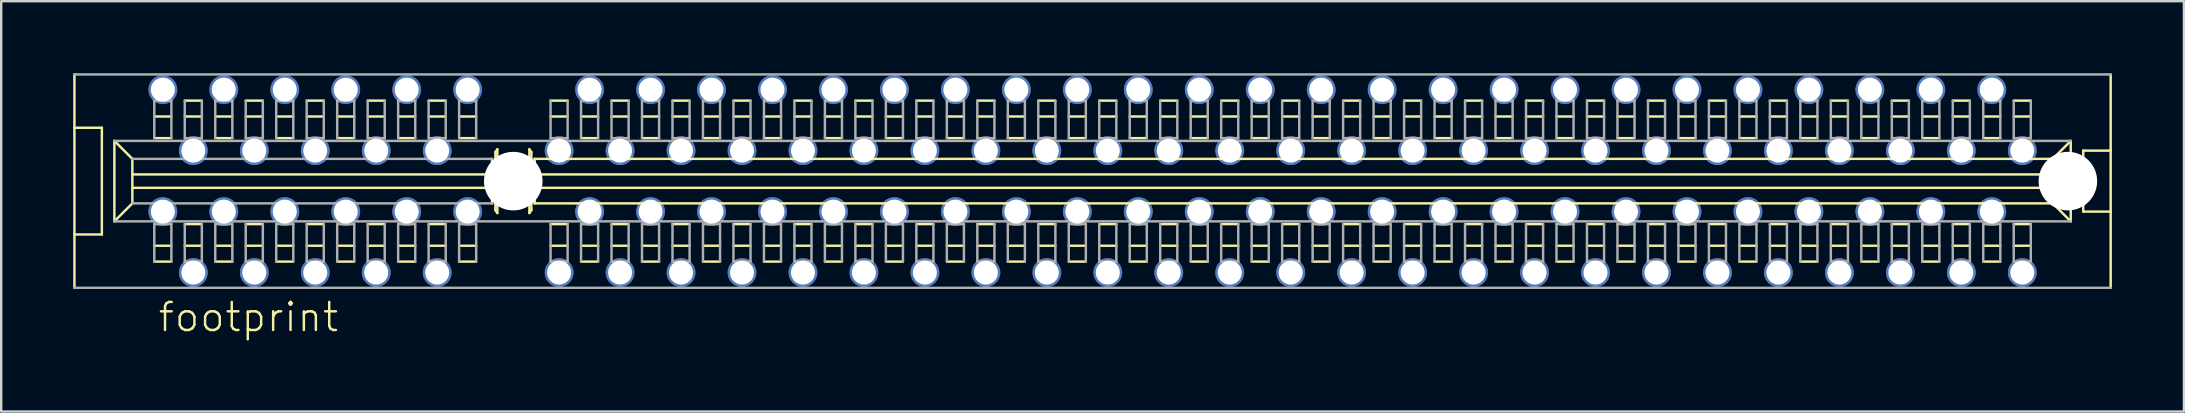
<source format=kicad_pcb>
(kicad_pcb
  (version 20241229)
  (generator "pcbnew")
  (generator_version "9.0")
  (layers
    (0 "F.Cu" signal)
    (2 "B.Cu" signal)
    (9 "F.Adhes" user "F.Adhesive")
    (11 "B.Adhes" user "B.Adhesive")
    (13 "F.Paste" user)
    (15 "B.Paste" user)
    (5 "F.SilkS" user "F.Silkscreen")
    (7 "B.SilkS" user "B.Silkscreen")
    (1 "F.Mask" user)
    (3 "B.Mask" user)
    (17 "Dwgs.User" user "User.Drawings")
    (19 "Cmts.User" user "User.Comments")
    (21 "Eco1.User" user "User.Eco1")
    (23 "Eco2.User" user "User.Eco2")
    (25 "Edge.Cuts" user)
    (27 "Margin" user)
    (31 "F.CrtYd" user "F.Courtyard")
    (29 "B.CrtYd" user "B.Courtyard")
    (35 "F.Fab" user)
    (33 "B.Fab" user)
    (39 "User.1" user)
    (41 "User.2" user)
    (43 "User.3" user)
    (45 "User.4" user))
  (footprint "footprint"
    (layer "F.Cu")
    (at 3.48 4.496)
    (property "Reference" "footprint" (at 0 6.35 0) (layer "F.SilkS") (effects (font (size 1.168 1.168) (thickness 0.102)) (justify left bottom)))
    (fp_line (start -3.429 -2.223) (end -3.429 -4.445) (stroke (width 0.102) (type solid)) (layer "F.SilkS"))
    (fp_line (start -3.429 -2.223) (end -2.286 -2.223) (stroke (width 0.102) (type solid)) (layer "F.SilkS"))
    (fp_line (start -3.429 2.223) (end -3.429 -2.223) (stroke (width 0.102) (type solid)) (layer "F.SilkS"))
    (fp_line (start -3.429 2.223) (end -2.286 2.223) (stroke (width 0.102) (type solid)) (layer "F.SilkS"))
    (fp_line (start -3.429 4.445) (end -3.429 2.223) (stroke (width 0.102) (type solid)) (layer "F.SilkS"))
    (fp_line (start -2.286 -2.223) (end -2.286 2.223) (stroke (width 0.102) (type solid)) (layer "F.SilkS"))
    (fp_line (start -1.765 -1.676) (end -1.016 -0.927) (stroke (width 0.102) (type solid)) (layer "F.SilkS"))
    (fp_line (start -1.765 1.676) (end -1.765 -1.676) (stroke (width 0.102) (type solid)) (layer "F.SilkS"))
    (fp_line (start -1.765 1.676) (end -1.016 0.927) (stroke (width 0.102) (type solid)) (layer "F.SilkS"))
    (fp_line (start -1.016 -0.279) (end -1.016 -0.926) (stroke (width 0.102) (type solid)) (layer "F.SilkS"))
    (fp_line (start -1.016 -0.279) (end 13.97 -0.279) (stroke (width 0.102) (type solid)) (layer "F.SilkS"))
    (fp_line (start -1.016 0.279) (end -1.016 -0.279) (stroke (width 0.102) (type solid)) (layer "F.SilkS"))
    (fp_line (start -1.016 0.279) (end 13.97 0.279) (stroke (width 0.102) (type solid)) (layer "F.SilkS"))
    (fp_line (start -1.016 0.927) (end -1.016 0.279) (stroke (width 0.102) (type solid)) (layer "F.SilkS"))
    (fp_line (start -0.102 -1.791) (end 0.61 -1.791) (stroke (width 0.102) (type solid)) (layer "F.SilkS"))
    (fp_line (start -0.102 3.353) (end 0.61 3.353) (stroke (width 0.102) (type solid)) (layer "F.SilkS"))
    (fp_line (start 0.61 -2.692) (end -0.102 -2.692) (stroke (width 0.102) (type solid)) (layer "F.SilkS"))
    (fp_line (start 0.61 2.692) (end -0.102 2.692) (stroke (width 0.102) (type solid)) (layer "F.SilkS"))
    (fp_line (start 1.168 -3.353) (end 1.879 -3.353) (stroke (width 0.102) (type solid)) (layer "F.SilkS"))
    (fp_line (start 1.168 1.791) (end 1.879 1.791) (stroke (width 0.102) (type solid)) (layer "F.SilkS"))
    (fp_line (start 1.879 -2.692) (end 1.168 -2.692) (stroke (width 0.102) (type solid)) (layer "F.SilkS"))
    (fp_line (start 1.879 2.692) (end 1.168 2.692) (stroke (width 0.102) (type solid)) (layer "F.SilkS"))
    (fp_line (start 2.438 -1.791) (end 3.15 -1.791) (stroke (width 0.102) (type solid)) (layer "F.SilkS"))
    (fp_line (start 2.438 3.353) (end 3.15 3.353) (stroke (width 0.102) (type solid)) (layer "F.SilkS"))
    (fp_line (start 3.15 -2.692) (end 2.438 -2.692) (stroke (width 0.102) (type solid)) (layer "F.SilkS"))
    (fp_line (start 3.15 2.692) (end 2.438 2.692) (stroke (width 0.102) (type solid)) (layer "F.SilkS"))
    (fp_line (start 3.708 -3.353) (end 4.42 -3.353) (stroke (width 0.102) (type solid)) (layer "F.SilkS"))
    (fp_line (start 3.708 1.791) (end 4.42 1.791) (stroke (width 0.102) (type solid)) (layer "F.SilkS"))
    (fp_line (start 4.42 -2.692) (end 3.708 -2.692) (stroke (width 0.102) (type solid)) (layer "F.SilkS"))
    (fp_line (start 4.42 2.692) (end 3.708 2.692) (stroke (width 0.102) (type solid)) (layer "F.SilkS"))
    (fp_line (start 4.978 -1.791) (end 5.689 -1.791) (stroke (width 0.102) (type solid)) (layer "F.SilkS"))
    (fp_line (start 4.978 3.353) (end 5.689 3.353) (stroke (width 0.102) (type solid)) (layer "F.SilkS"))
    (fp_line (start 5.689 -2.692) (end 4.978 -2.692) (stroke (width 0.102) (type solid)) (layer "F.SilkS"))
    (fp_line (start 5.689 2.692) (end 4.978 2.692) (stroke (width 0.102) (type solid)) (layer "F.SilkS"))
    (fp_line (start 6.248 -3.353) (end 6.96 -3.353) (stroke (width 0.102) (type solid)) (layer "F.SilkS"))
    (fp_line (start 6.248 1.791) (end 6.96 1.791) (stroke (width 0.102) (type solid)) (layer "F.SilkS"))
    (fp_line (start 6.96 -2.692) (end 6.248 -2.692) (stroke (width 0.102) (type solid)) (layer "F.SilkS"))
    (fp_line (start 6.96 2.692) (end 6.248 2.692) (stroke (width 0.102) (type solid)) (layer "F.SilkS"))
    (fp_line (start 7.518 -1.791) (end 8.229 -1.791) (stroke (width 0.102) (type solid)) (layer "F.SilkS"))
    (fp_line (start 7.518 3.353) (end 8.229 3.353) (stroke (width 0.102) (type solid)) (layer "F.SilkS"))
    (fp_line (start 8.229 -2.692) (end 7.518 -2.692) (stroke (width 0.102) (type solid)) (layer "F.SilkS"))
    (fp_line (start 8.229 2.692) (end 7.518 2.692) (stroke (width 0.102) (type solid)) (layer "F.SilkS"))
    (fp_line (start 8.788 -3.353) (end 9.499 -3.353) (stroke (width 0.102) (type solid)) (layer "F.SilkS"))
    (fp_line (start 8.788 1.791) (end 9.499 1.791) (stroke (width 0.102) (type solid)) (layer "F.SilkS"))
    (fp_line (start 9.499 -2.692) (end 8.788 -2.692) (stroke (width 0.102) (type solid)) (layer "F.SilkS"))
    (fp_line (start 9.499 2.692) (end 8.788 2.692) (stroke (width 0.102) (type solid)) (layer "F.SilkS"))
    (fp_line (start 10.058 -1.791) (end 10.77 -1.791) (stroke (width 0.102) (type solid)) (layer "F.SilkS"))
    (fp_line (start 10.058 3.353) (end 10.77 3.353) (stroke (width 0.102) (type solid)) (layer "F.SilkS"))
    (fp_line (start 10.77 -2.692) (end 10.058 -2.692) (stroke (width 0.102) (type solid)) (layer "F.SilkS"))
    (fp_line (start 10.77 2.692) (end 10.058 2.692) (stroke (width 0.102) (type solid)) (layer "F.SilkS"))
    (fp_line (start 11.328 -3.353) (end 12.04 -3.353) (stroke (width 0.102) (type solid)) (layer "F.SilkS"))
    (fp_line (start 11.328 1.791) (end 12.04 1.791) (stroke (width 0.102) (type solid)) (layer "F.SilkS"))
    (fp_line (start 12.04 -2.692) (end 11.328 -2.692) (stroke (width 0.102) (type solid)) (layer "F.SilkS"))
    (fp_line (start 12.04 2.692) (end 11.328 2.692) (stroke (width 0.102) (type solid)) (layer "F.SilkS"))
    (fp_line (start 12.598 -1.791) (end 13.309 -1.791) (stroke (width 0.102) (type solid)) (layer "F.SilkS"))
    (fp_line (start 12.598 3.353) (end 13.309 3.353) (stroke (width 0.102) (type solid)) (layer "F.SilkS"))
    (fp_line (start 13.309 -2.692) (end 12.598 -2.692) (stroke (width 0.102) (type solid)) (layer "F.SilkS"))
    (fp_line (start 13.309 2.692) (end 12.598 2.692) (stroke (width 0.102) (type solid)) (layer "F.SilkS"))
    (fp_line (start 13.97 -0.927) (end 13.97 -0.279) (stroke (width 0.102) (type solid)) (layer "F.SilkS"))
    (fp_line (start 13.97 -0.278) (end 13.97 0.279) (stroke (width 0.102) (type solid)) (layer "F.SilkS"))
    (fp_line (start 13.97 0.279) (end 13.97 0.929) (stroke (width 0.102) (type solid)) (layer "F.SilkS"))
    (fp_line (start 14.108 -1.208) (end 14.108 1.208) (stroke (width 0.102) (type solid)) (layer "F.SilkS"))
    (fp_line (start 14.192 -1.329) (end 14.108 -1.208) (stroke (width 0.102) (type solid)) (layer "F.SilkS"))
    (fp_line (start 14.192 -1.329) (end 14.192 1.329) (stroke (width 0.102) (type solid)) (layer "F.SilkS"))
    (fp_line (start 14.192 1.329) (end 14.108 1.208) (stroke (width 0.102) (type solid)) (layer "F.SilkS"))
    (fp_line (start 15.525 -1.329) (end 15.525 1.329) (stroke (width 0.102) (type solid)) (layer "F.SilkS"))
    (fp_line (start 15.61 -1.208) (end 15.525 -1.329) (stroke (width 0.102) (type solid)) (layer "F.SilkS"))
    (fp_line (start 15.61 -1.208) (end 15.61 1.208) (stroke (width 0.102) (type solid)) (layer "F.SilkS"))
    (fp_line (start 15.61 1.208) (end 15.525 1.329) (stroke (width 0.102) (type solid)) (layer "F.SilkS"))
    (fp_line (start 15.732 -0.927) (end 78.994 -0.927) (stroke (width 0.102) (type solid)) (layer "F.SilkS"))
    (fp_line (start 15.748 -0.927) (end 15.748 -0.279) (stroke (width 0.102) (type solid)) (layer "F.SilkS"))
    (fp_line (start 15.748 -0.279) (end 15.748 0.279) (stroke (width 0.102) (type solid)) (layer "F.SilkS"))
    (fp_line (start 15.748 -0.279) (end 78.994 -0.279) (stroke (width 0.102) (type solid)) (layer "F.SilkS"))
    (fp_line (start 15.748 0.279) (end 15.748 0.927) (stroke (width 0.102) (type solid)) (layer "F.SilkS"))
    (fp_line (start 15.748 0.279) (end 78.994 0.279) (stroke (width 0.102) (type solid)) (layer "F.SilkS"))
    (fp_line (start 16.408 -3.353) (end 17.119 -3.353) (stroke (width 0.102) (type solid)) (layer "F.SilkS"))
    (fp_line (start 16.408 1.791) (end 17.119 1.791) (stroke (width 0.102) (type solid)) (layer "F.SilkS"))
    (fp_line (start 17.119 -2.692) (end 16.408 -2.692) (stroke (width 0.102) (type solid)) (layer "F.SilkS"))
    (fp_line (start 17.119 2.692) (end 16.408 2.692) (stroke (width 0.102) (type solid)) (layer "F.SilkS"))
    (fp_line (start 17.678 -1.791) (end 18.39 -1.791) (stroke (width 0.102) (type solid)) (layer "F.SilkS"))
    (fp_line (start 17.678 3.353) (end 18.39 3.353) (stroke (width 0.102) (type solid)) (layer "F.SilkS"))
    (fp_line (start 18.39 -2.692) (end 17.678 -2.692) (stroke (width 0.102) (type solid)) (layer "F.SilkS"))
    (fp_line (start 18.39 2.692) (end 17.678 2.692) (stroke (width 0.102) (type solid)) (layer "F.SilkS"))
    (fp_line (start 18.948 -3.353) (end 19.66 -3.353) (stroke (width 0.102) (type solid)) (layer "F.SilkS"))
    (fp_line (start 18.948 1.791) (end 19.66 1.791) (stroke (width 0.102) (type solid)) (layer "F.SilkS"))
    (fp_line (start 19.66 -2.692) (end 18.948 -2.692) (stroke (width 0.102) (type solid)) (layer "F.SilkS"))
    (fp_line (start 19.66 2.692) (end 18.948 2.692) (stroke (width 0.102) (type solid)) (layer "F.SilkS"))
    (fp_line (start 20.218 -1.791) (end 20.93 -1.791) (stroke (width 0.102) (type solid)) (layer "F.SilkS"))
    (fp_line (start 20.218 3.353) (end 20.93 3.353) (stroke (width 0.102) (type solid)) (layer "F.SilkS"))
    (fp_line (start 20.93 -2.692) (end 20.218 -2.692) (stroke (width 0.102) (type solid)) (layer "F.SilkS"))
    (fp_line (start 20.93 2.692) (end 20.218 2.692) (stroke (width 0.102) (type solid)) (layer "F.SilkS"))
    (fp_line (start 21.488 -3.353) (end 22.2 -3.353) (stroke (width 0.102) (type solid)) (layer "F.SilkS"))
    (fp_line (start 21.488 1.791) (end 22.2 1.791) (stroke (width 0.102) (type solid)) (layer "F.SilkS"))
    (fp_line (start 22.2 -2.692) (end 21.488 -2.692) (stroke (width 0.102) (type solid)) (layer "F.SilkS"))
    (fp_line (start 22.2 2.692) (end 21.488 2.692) (stroke (width 0.102) (type solid)) (layer "F.SilkS"))
    (fp_line (start 22.758 -1.791) (end 23.47 -1.791) (stroke (width 0.102) (type solid)) (layer "F.SilkS"))
    (fp_line (start 22.758 3.353) (end 23.47 3.353) (stroke (width 0.102) (type solid)) (layer "F.SilkS"))
    (fp_line (start 23.47 -2.692) (end 22.758 -2.692) (stroke (width 0.102) (type solid)) (layer "F.SilkS"))
    (fp_line (start 23.47 2.692) (end 22.758 2.692) (stroke (width 0.102) (type solid)) (layer "F.SilkS"))
    (fp_line (start 24.028 -3.353) (end 24.739 -3.353) (stroke (width 0.102) (type solid)) (layer "F.SilkS"))
    (fp_line (start 24.028 1.791) (end 24.739 1.791) (stroke (width 0.102) (type solid)) (layer "F.SilkS"))
    (fp_line (start 24.739 -2.692) (end 24.028 -2.692) (stroke (width 0.102) (type solid)) (layer "F.SilkS"))
    (fp_line (start 24.739 2.692) (end 24.028 2.692) (stroke (width 0.102) (type solid)) (layer "F.SilkS"))
    (fp_line (start 25.298 -1.791) (end 26.009 -1.791) (stroke (width 0.102) (type solid)) (layer "F.SilkS"))
    (fp_line (start 25.298 3.353) (end 26.009 3.353) (stroke (width 0.102) (type solid)) (layer "F.SilkS"))
    (fp_line (start 26.009 -2.692) (end 25.298 -2.692) (stroke (width 0.102) (type solid)) (layer "F.SilkS"))
    (fp_line (start 26.009 2.692) (end 25.298 2.692) (stroke (width 0.102) (type solid)) (layer "F.SilkS"))
    (fp_line (start 26.568 -3.353) (end 27.279 -3.353) (stroke (width 0.102) (type solid)) (layer "F.SilkS"))
    (fp_line (start 26.568 1.791) (end 27.279 1.791) (stroke (width 0.102) (type solid)) (layer "F.SilkS"))
    (fp_line (start 27.279 -2.692) (end 26.568 -2.692) (stroke (width 0.102) (type solid)) (layer "F.SilkS"))
    (fp_line (start 27.279 2.692) (end 26.568 2.692) (stroke (width 0.102) (type solid)) (layer "F.SilkS"))
    (fp_line (start 27.838 -1.791) (end 28.549 -1.791) (stroke (width 0.102) (type solid)) (layer "F.SilkS"))
    (fp_line (start 27.838 3.353) (end 28.549 3.353) (stroke (width 0.102) (type solid)) (layer "F.SilkS"))
    (fp_line (start 28.549 -2.692) (end 27.838 -2.692) (stroke (width 0.102) (type solid)) (layer "F.SilkS"))
    (fp_line (start 28.549 2.692) (end 27.838 2.692) (stroke (width 0.102) (type solid)) (layer "F.SilkS"))
    (fp_line (start 29.108 -3.353) (end 29.82 -3.353) (stroke (width 0.102) (type solid)) (layer "F.SilkS"))
    (fp_line (start 29.108 1.791) (end 29.82 1.791) (stroke (width 0.102) (type solid)) (layer "F.SilkS"))
    (fp_line (start 29.82 -2.692) (end 29.108 -2.692) (stroke (width 0.102) (type solid)) (layer "F.SilkS"))
    (fp_line (start 29.82 2.692) (end 29.108 2.692) (stroke (width 0.102) (type solid)) (layer "F.SilkS"))
    (fp_line (start 30.378 -1.791) (end 31.09 -1.791) (stroke (width 0.102) (type solid)) (layer "F.SilkS"))
    (fp_line (start 30.378 3.353) (end 31.09 3.353) (stroke (width 0.102) (type solid)) (layer "F.SilkS"))
    (fp_line (start 31.09 -2.692) (end 30.378 -2.692) (stroke (width 0.102) (type solid)) (layer "F.SilkS"))
    (fp_line (start 31.09 2.692) (end 30.378 2.692) (stroke (width 0.102) (type solid)) (layer "F.SilkS"))
    (fp_line (start 31.648 -3.353) (end 32.359 -3.353) (stroke (width 0.102) (type solid)) (layer "F.SilkS"))
    (fp_line (start 31.648 1.791) (end 32.359 1.791) (stroke (width 0.102) (type solid)) (layer "F.SilkS"))
    (fp_line (start 32.359 -2.692) (end 31.648 -2.692) (stroke (width 0.102) (type solid)) (layer "F.SilkS"))
    (fp_line (start 32.359 2.692) (end 31.648 2.692) (stroke (width 0.102) (type solid)) (layer "F.SilkS"))
    (fp_line (start 32.918 -1.791) (end 33.63 -1.791) (stroke (width 0.102) (type solid)) (layer "F.SilkS"))
    (fp_line (start 32.918 3.353) (end 33.63 3.353) (stroke (width 0.102) (type solid)) (layer "F.SilkS"))
    (fp_line (start 33.63 -2.692) (end 32.918 -2.692) (stroke (width 0.102) (type solid)) (layer "F.SilkS"))
    (fp_line (start 33.63 2.692) (end 32.918 2.692) (stroke (width 0.102) (type solid)) (layer "F.SilkS"))
    (fp_line (start 34.188 -3.353) (end 34.9 -3.353) (stroke (width 0.102) (type solid)) (layer "F.SilkS"))
    (fp_line (start 34.188 1.791) (end 34.9 1.791) (stroke (width 0.102) (type solid)) (layer "F.SilkS"))
    (fp_line (start 34.9 -2.692) (end 34.188 -2.692) (stroke (width 0.102) (type solid)) (layer "F.SilkS"))
    (fp_line (start 34.9 2.692) (end 34.188 2.692) (stroke (width 0.102) (type solid)) (layer "F.SilkS"))
    (fp_line (start 35.458 -1.791) (end 36.169 -1.791) (stroke (width 0.102) (type solid)) (layer "F.SilkS"))
    (fp_line (start 35.458 3.353) (end 36.169 3.353) (stroke (width 0.102) (type solid)) (layer "F.SilkS"))
    (fp_line (start 36.169 -2.692) (end 35.458 -2.692) (stroke (width 0.102) (type solid)) (layer "F.SilkS"))
    (fp_line (start 36.169 2.692) (end 35.458 2.692) (stroke (width 0.102) (type solid)) (layer "F.SilkS"))
    (fp_line (start 36.728 -3.353) (end 37.44 -3.353) (stroke (width 0.102) (type solid)) (layer "F.SilkS"))
    (fp_line (start 36.728 1.791) (end 37.44 1.791) (stroke (width 0.102) (type solid)) (layer "F.SilkS"))
    (fp_line (start 37.44 -2.692) (end 36.728 -2.692) (stroke (width 0.102) (type solid)) (layer "F.SilkS"))
    (fp_line (start 37.44 2.692) (end 36.728 2.692) (stroke (width 0.102) (type solid)) (layer "F.SilkS"))
    (fp_line (start 37.998 -1.791) (end 38.709 -1.791) (stroke (width 0.102) (type solid)) (layer "F.SilkS"))
    (fp_line (start 37.998 3.353) (end 38.709 3.353) (stroke (width 0.102) (type solid)) (layer "F.SilkS"))
    (fp_line (start 38.709 -2.692) (end 37.998 -2.692) (stroke (width 0.102) (type solid)) (layer "F.SilkS"))
    (fp_line (start 38.709 2.692) (end 37.998 2.692) (stroke (width 0.102) (type solid)) (layer "F.SilkS"))
    (fp_line (start 39.268 -3.353) (end 39.98 -3.353) (stroke (width 0.102) (type solid)) (layer "F.SilkS"))
    (fp_line (start 39.268 1.791) (end 39.98 1.791) (stroke (width 0.102) (type solid)) (layer "F.SilkS"))
    (fp_line (start 39.98 -2.692) (end 39.268 -2.692) (stroke (width 0.102) (type solid)) (layer "F.SilkS"))
    (fp_line (start 39.98 2.692) (end 39.268 2.692) (stroke (width 0.102) (type solid)) (layer "F.SilkS"))
    (fp_line (start 40.538 -1.791) (end 41.249 -1.791) (stroke (width 0.102) (type solid)) (layer "F.SilkS"))
    (fp_line (start 40.538 3.353) (end 41.249 3.353) (stroke (width 0.102) (type solid)) (layer "F.SilkS"))
    (fp_line (start 41.249 -2.692) (end 40.538 -2.692) (stroke (width 0.102) (type solid)) (layer "F.SilkS"))
    (fp_line (start 41.249 2.692) (end 40.538 2.692) (stroke (width 0.102) (type solid)) (layer "F.SilkS"))
    (fp_line (start 41.808 -3.353) (end 42.52 -3.353) (stroke (width 0.102) (type solid)) (layer "F.SilkS"))
    (fp_line (start 41.808 1.791) (end 42.52 1.791) (stroke (width 0.102) (type solid)) (layer "F.SilkS"))
    (fp_line (start 42.52 -2.692) (end 41.808 -2.692) (stroke (width 0.102) (type solid)) (layer "F.SilkS"))
    (fp_line (start 42.52 2.692) (end 41.808 2.692) (stroke (width 0.102) (type solid)) (layer "F.SilkS"))
    (fp_line (start 43.078 -1.791) (end 43.789 -1.791) (stroke (width 0.102) (type solid)) (layer "F.SilkS"))
    (fp_line (start 43.078 3.353) (end 43.789 3.353) (stroke (width 0.102) (type solid)) (layer "F.SilkS"))
    (fp_line (start 43.789 -2.692) (end 43.078 -2.692) (stroke (width 0.102) (type solid)) (layer "F.SilkS"))
    (fp_line (start 43.789 2.692) (end 43.078 2.692) (stroke (width 0.102) (type solid)) (layer "F.SilkS"))
    (fp_line (start 44.348 -3.353) (end 45.059 -3.353) (stroke (width 0.102) (type solid)) (layer "F.SilkS"))
    (fp_line (start 44.348 1.791) (end 45.059 1.791) (stroke (width 0.102) (type solid)) (layer "F.SilkS"))
    (fp_line (start 45.059 -2.692) (end 44.348 -2.692) (stroke (width 0.102) (type solid)) (layer "F.SilkS"))
    (fp_line (start 45.059 2.692) (end 44.348 2.692) (stroke (width 0.102) (type solid)) (layer "F.SilkS"))
    (fp_line (start 45.618 -1.791) (end 46.33 -1.791) (stroke (width 0.102) (type solid)) (layer "F.SilkS"))
    (fp_line (start 45.618 3.353) (end 46.33 3.353) (stroke (width 0.102) (type solid)) (layer "F.SilkS"))
    (fp_line (start 46.33 -2.692) (end 45.618 -2.692) (stroke (width 0.102) (type solid)) (layer "F.SilkS"))
    (fp_line (start 46.33 2.692) (end 45.618 2.692) (stroke (width 0.102) (type solid)) (layer "F.SilkS"))
    (fp_line (start 46.888 -3.353) (end 47.599 -3.353) (stroke (width 0.102) (type solid)) (layer "F.SilkS"))
    (fp_line (start 46.888 1.791) (end 47.599 1.791) (stroke (width 0.102) (type solid)) (layer "F.SilkS"))
    (fp_line (start 47.599 -2.692) (end 46.888 -2.692) (stroke (width 0.102) (type solid)) (layer "F.SilkS"))
    (fp_line (start 47.599 2.692) (end 46.888 2.692) (stroke (width 0.102) (type solid)) (layer "F.SilkS"))
    (fp_line (start 48.158 -1.791) (end 48.87 -1.791) (stroke (width 0.102) (type solid)) (layer "F.SilkS"))
    (fp_line (start 48.158 3.353) (end 48.87 3.353) (stroke (width 0.102) (type solid)) (layer "F.SilkS"))
    (fp_line (start 48.87 -2.692) (end 48.158 -2.692) (stroke (width 0.102) (type solid)) (layer "F.SilkS"))
    (fp_line (start 48.87 2.692) (end 48.158 2.692) (stroke (width 0.102) (type solid)) (layer "F.SilkS"))
    (fp_line (start 49.428 -3.353) (end 50.139 -3.353) (stroke (width 0.102) (type solid)) (layer "F.SilkS"))
    (fp_line (start 49.428 1.791) (end 50.139 1.791) (stroke (width 0.102) (type solid)) (layer "F.SilkS"))
    (fp_line (start 50.139 -2.692) (end 49.428 -2.692) (stroke (width 0.102) (type solid)) (layer "F.SilkS"))
    (fp_line (start 50.139 2.692) (end 49.428 2.692) (stroke (width 0.102) (type solid)) (layer "F.SilkS"))
    (fp_line (start 50.698 -1.791) (end 51.41 -1.791) (stroke (width 0.102) (type solid)) (layer "F.SilkS"))
    (fp_line (start 50.698 3.353) (end 51.41 3.353) (stroke (width 0.102) (type solid)) (layer "F.SilkS"))
    (fp_line (start 51.41 -2.692) (end 50.698 -2.692) (stroke (width 0.102) (type solid)) (layer "F.SilkS"))
    (fp_line (start 51.41 2.692) (end 50.698 2.692) (stroke (width 0.102) (type solid)) (layer "F.SilkS"))
    (fp_line (start 51.968 -3.353) (end 52.679 -3.353) (stroke (width 0.102) (type solid)) (layer "F.SilkS"))
    (fp_line (start 51.968 1.791) (end 52.679 1.791) (stroke (width 0.102) (type solid)) (layer "F.SilkS"))
    (fp_line (start 52.679 -2.692) (end 51.968 -2.692) (stroke (width 0.102) (type solid)) (layer "F.SilkS"))
    (fp_line (start 52.679 2.692) (end 51.968 2.692) (stroke (width 0.102) (type solid)) (layer "F.SilkS"))
    (fp_line (start 53.238 -1.791) (end 53.95 -1.791) (stroke (width 0.102) (type solid)) (layer "F.SilkS"))
    (fp_line (start 53.238 3.353) (end 53.95 3.353) (stroke (width 0.102) (type solid)) (layer "F.SilkS"))
    (fp_line (start 53.95 -2.692) (end 53.238 -2.692) (stroke (width 0.102) (type solid)) (layer "F.SilkS"))
    (fp_line (start 53.95 2.692) (end 53.238 2.692) (stroke (width 0.102) (type solid)) (layer "F.SilkS"))
    (fp_line (start 54.508 -3.353) (end 55.219 -3.353) (stroke (width 0.102) (type solid)) (layer "F.SilkS"))
    (fp_line (start 54.508 1.791) (end 55.219 1.791) (stroke (width 0.102) (type solid)) (layer "F.SilkS"))
    (fp_line (start 55.219 -2.692) (end 54.508 -2.692) (stroke (width 0.102) (type solid)) (layer "F.SilkS"))
    (fp_line (start 55.219 2.692) (end 54.508 2.692) (stroke (width 0.102) (type solid)) (layer "F.SilkS"))
    (fp_line (start 55.778 -1.791) (end 56.489 -1.791) (stroke (width 0.102) (type solid)) (layer "F.SilkS"))
    (fp_line (start 55.778 3.353) (end 56.489 3.353) (stroke (width 0.102) (type solid)) (layer "F.SilkS"))
    (fp_line (start 56.489 -2.692) (end 55.778 -2.692) (stroke (width 0.102) (type solid)) (layer "F.SilkS"))
    (fp_line (start 56.489 2.692) (end 55.778 2.692) (stroke (width 0.102) (type solid)) (layer "F.SilkS"))
    (fp_line (start 57.048 -3.353) (end 57.76 -3.353) (stroke (width 0.102) (type solid)) (layer "F.SilkS"))
    (fp_line (start 57.048 1.791) (end 57.76 1.791) (stroke (width 0.102) (type solid)) (layer "F.SilkS"))
    (fp_line (start 57.76 -2.692) (end 57.048 -2.692) (stroke (width 0.102) (type solid)) (layer "F.SilkS"))
    (fp_line (start 57.76 2.692) (end 57.048 2.692) (stroke (width 0.102) (type solid)) (layer "F.SilkS"))
    (fp_line (start 58.318 -1.791) (end 59.029 -1.791) (stroke (width 0.102) (type solid)) (layer "F.SilkS"))
    (fp_line (start 58.318 3.353) (end 59.029 3.353) (stroke (width 0.102) (type solid)) (layer "F.SilkS"))
    (fp_line (start 59.029 -2.692) (end 58.318 -2.692) (stroke (width 0.102) (type solid)) (layer "F.SilkS"))
    (fp_line (start 59.029 2.692) (end 58.318 2.692) (stroke (width 0.102) (type solid)) (layer "F.SilkS"))
    (fp_line (start 59.588 -3.353) (end 60.3 -3.353) (stroke (width 0.102) (type solid)) (layer "F.SilkS"))
    (fp_line (start 59.588 1.791) (end 60.3 1.791) (stroke (width 0.102) (type solid)) (layer "F.SilkS"))
    (fp_line (start 60.3 -2.692) (end 59.588 -2.692) (stroke (width 0.102) (type solid)) (layer "F.SilkS"))
    (fp_line (start 60.3 2.692) (end 59.588 2.692) (stroke (width 0.102) (type solid)) (layer "F.SilkS"))
    (fp_line (start 60.858 -1.791) (end 61.569 -1.791) (stroke (width 0.102) (type solid)) (layer "F.SilkS"))
    (fp_line (start 60.858 3.353) (end 61.569 3.353) (stroke (width 0.102) (type solid)) (layer "F.SilkS"))
    (fp_line (start 61.569 -2.692) (end 60.858 -2.692) (stroke (width 0.102) (type solid)) (layer "F.SilkS"))
    (fp_line (start 61.569 2.692) (end 60.858 2.692) (stroke (width 0.102) (type solid)) (layer "F.SilkS"))
    (fp_line (start 62.128 -3.353) (end 62.84 -3.353) (stroke (width 0.102) (type solid)) (layer "F.SilkS"))
    (fp_line (start 62.128 1.791) (end 62.84 1.791) (stroke (width 0.102) (type solid)) (layer "F.SilkS"))
    (fp_line (start 62.84 -2.692) (end 62.128 -2.692) (stroke (width 0.102) (type solid)) (layer "F.SilkS"))
    (fp_line (start 62.84 2.692) (end 62.128 2.692) (stroke (width 0.102) (type solid)) (layer "F.SilkS"))
    (fp_line (start 63.398 -1.791) (end 64.109 -1.791) (stroke (width 0.102) (type solid)) (layer "F.SilkS"))
    (fp_line (start 63.398 3.353) (end 64.109 3.353) (stroke (width 0.102) (type solid)) (layer "F.SilkS"))
    (fp_line (start 64.109 -2.692) (end 63.398 -2.692) (stroke (width 0.102) (type solid)) (layer "F.SilkS"))
    (fp_line (start 64.109 2.692) (end 63.398 2.692) (stroke (width 0.102) (type solid)) (layer "F.SilkS"))
    (fp_line (start 64.668 -3.353) (end 65.379 -3.353) (stroke (width 0.102) (type solid)) (layer "F.SilkS"))
    (fp_line (start 64.668 1.791) (end 65.379 1.791) (stroke (width 0.102) (type solid)) (layer "F.SilkS"))
    (fp_line (start 65.379 -2.692) (end 64.668 -2.692) (stroke (width 0.102) (type solid)) (layer "F.SilkS"))
    (fp_line (start 65.379 2.692) (end 64.668 2.692) (stroke (width 0.102) (type solid)) (layer "F.SilkS"))
    (fp_line (start 65.938 -1.791) (end 66.65 -1.791) (stroke (width 0.102) (type solid)) (layer "F.SilkS"))
    (fp_line (start 65.938 3.353) (end 66.65 3.353) (stroke (width 0.102) (type solid)) (layer "F.SilkS"))
    (fp_line (start 66.65 -2.692) (end 65.938 -2.692) (stroke (width 0.102) (type solid)) (layer "F.SilkS"))
    (fp_line (start 66.65 2.692) (end 65.938 2.692) (stroke (width 0.102) (type solid)) (layer "F.SilkS"))
    (fp_line (start 67.208 -3.353) (end 67.919 -3.353) (stroke (width 0.102) (type solid)) (layer "F.SilkS"))
    (fp_line (start 67.208 1.791) (end 67.919 1.791) (stroke (width 0.102) (type solid)) (layer "F.SilkS"))
    (fp_line (start 67.919 -2.692) (end 67.208 -2.692) (stroke (width 0.102) (type solid)) (layer "F.SilkS"))
    (fp_line (start 67.919 2.692) (end 67.208 2.692) (stroke (width 0.102) (type solid)) (layer "F.SilkS"))
    (fp_line (start 68.478 -1.791) (end 69.189 -1.791) (stroke (width 0.102) (type solid)) (layer "F.SilkS"))
    (fp_line (start 68.478 3.353) (end 69.189 3.353) (stroke (width 0.102) (type solid)) (layer "F.SilkS"))
    (fp_line (start 69.189 -2.692) (end 68.478 -2.692) (stroke (width 0.102) (type solid)) (layer "F.SilkS"))
    (fp_line (start 69.189 2.692) (end 68.478 2.692) (stroke (width 0.102) (type solid)) (layer "F.SilkS"))
    (fp_line (start 69.748 -3.353) (end 70.46 -3.353) (stroke (width 0.102) (type solid)) (layer "F.SilkS"))
    (fp_line (start 69.748 1.791) (end 70.46 1.791) (stroke (width 0.102) (type solid)) (layer "F.SilkS"))
    (fp_line (start 70.46 -2.692) (end 69.748 -2.692) (stroke (width 0.102) (type solid)) (layer "F.SilkS"))
    (fp_line (start 70.46 2.692) (end 69.748 2.692) (stroke (width 0.102) (type solid)) (layer "F.SilkS"))
    (fp_line (start 71.018 -1.791) (end 71.73 -1.791) (stroke (width 0.102) (type solid)) (layer "F.SilkS"))
    (fp_line (start 71.018 3.353) (end 71.73 3.353) (stroke (width 0.102) (type solid)) (layer "F.SilkS"))
    (fp_line (start 71.73 -2.692) (end 71.018 -2.692) (stroke (width 0.102) (type solid)) (layer "F.SilkS"))
    (fp_line (start 71.73 2.692) (end 71.018 2.692) (stroke (width 0.102) (type solid)) (layer "F.SilkS"))
    (fp_line (start 72.288 -3.353) (end 72.999 -3.353) (stroke (width 0.102) (type solid)) (layer "F.SilkS"))
    (fp_line (start 72.288 1.791) (end 72.999 1.791) (stroke (width 0.102) (type solid)) (layer "F.SilkS"))
    (fp_line (start 72.999 -2.692) (end 72.288 -2.692) (stroke (width 0.102) (type solid)) (layer "F.SilkS"))
    (fp_line (start 72.999 2.692) (end 72.288 2.692) (stroke (width 0.102) (type solid)) (layer "F.SilkS"))
    (fp_line (start 73.558 -1.791) (end 74.269 -1.791) (stroke (width 0.102) (type solid)) (layer "F.SilkS"))
    (fp_line (start 73.558 3.353) (end 74.269 3.353) (stroke (width 0.102) (type solid)) (layer "F.SilkS"))
    (fp_line (start 74.269 -2.692) (end 73.558 -2.692) (stroke (width 0.102) (type solid)) (layer "F.SilkS"))
    (fp_line (start 74.269 2.692) (end 73.558 2.692) (stroke (width 0.102) (type solid)) (layer "F.SilkS"))
    (fp_line (start 74.828 -3.353) (end 75.54 -3.353) (stroke (width 0.102) (type solid)) (layer "F.SilkS"))
    (fp_line (start 74.828 1.791) (end 75.54 1.791) (stroke (width 0.102) (type solid)) (layer "F.SilkS"))
    (fp_line (start 75.54 -2.692) (end 74.828 -2.692) (stroke (width 0.102) (type solid)) (layer "F.SilkS"))
    (fp_line (start 75.54 2.692) (end 74.828 2.692) (stroke (width 0.102) (type solid)) (layer "F.SilkS"))
    (fp_line (start 76.098 -1.791) (end 76.809 -1.791) (stroke (width 0.102) (type solid)) (layer "F.SilkS"))
    (fp_line (start 76.098 3.353) (end 76.809 3.353) (stroke (width 0.102) (type solid)) (layer "F.SilkS"))
    (fp_line (start 76.809 -2.692) (end 76.098 -2.692) (stroke (width 0.102) (type solid)) (layer "F.SilkS"))
    (fp_line (start 76.809 2.692) (end 76.098 2.692) (stroke (width 0.102) (type solid)) (layer "F.SilkS"))
    (fp_line (start 77.368 -3.353) (end 78.079 -3.353) (stroke (width 0.102) (type solid)) (layer "F.SilkS"))
    (fp_line (start 77.368 1.791) (end 78.079 1.791) (stroke (width 0.102) (type solid)) (layer "F.SilkS"))
    (fp_line (start 78.079 -2.692) (end 77.368 -2.692) (stroke (width 0.102) (type solid)) (layer "F.SilkS"))
    (fp_line (start 78.079 2.692) (end 77.368 2.692) (stroke (width 0.102) (type solid)) (layer "F.SilkS"))
    (fp_line (start 78.994 -0.927) (end 78.994 0.927) (stroke (width 0.102) (type solid)) (layer "F.SilkS"))
    (fp_line (start 78.994 0.927) (end 15.732 0.927) (stroke (width 0.102) (type solid)) (layer "F.SilkS"))
    (fp_line (start 79.743 -1.676) (end 78.994 -0.927) (stroke (width 0.102) (type solid)) (layer "F.SilkS"))
    (fp_line (start 79.743 -1.676) (end 79.743 1.676) (stroke (width 0.102) (type solid)) (layer "F.SilkS"))
    (fp_line (start 79.743 1.676) (end 78.994 0.927) (stroke (width 0.102) (type solid)) (layer "F.SilkS"))
    (fp_line (start 80.264 1.27) (end 80.264 -1.27) (stroke (width 0.102) (type solid)) (layer "F.SilkS"))
    (fp_line (start 81.407 -1.27) (end 80.264 -1.27) (stroke (width 0.102) (type solid)) (layer "F.SilkS"))
    (fp_line (start 81.407 1.27) (end 80.264 1.27) (stroke (width 0.102) (type solid)) (layer "F.SilkS"))
    (fp_line (start 81.407 4.445) (end 81.407 -4.445) (stroke (width 0.102) (type solid)) (layer "F.SilkS"))
    (fp_line (start -1.765 -1.676) (end 79.743 -1.676) (stroke (width 0.102) (type solid)) (layer "F.Fab"))
    (fp_line (start -1.016 -0.927) (end 13.986 -0.927) (stroke (width 0.102) (type solid)) (layer "F.Fab"))
    (fp_line (start -0.102 -3.353) (end 0.61 -3.353) (stroke (width 0.102) (type solid)) (layer "F.Fab"))
    (fp_line (start -0.102 -1.791) (end -0.102 -3.353) (stroke (width 0.102) (type solid)) (layer "F.Fab"))
    (fp_line (start -0.102 1.791) (end 0.61 1.791) (stroke (width 0.102) (type solid)) (layer "F.Fab"))
    (fp_line (start -0.102 3.353) (end -0.102 1.791) (stroke (width 0.102) (type solid)) (layer "F.Fab"))
    (fp_line (start 0.61 -1.791) (end 0.61 -3.353) (stroke (width 0.102) (type solid)) (layer "F.Fab"))
    (fp_line (start 0.61 3.353) (end 0.61 1.791) (stroke (width 0.102) (type solid)) (layer "F.Fab"))
    (fp_line (start 1.168 -1.791) (end 1.168 -3.353) (stroke (width 0.102) (type solid)) (layer "F.Fab"))
    (fp_line (start 1.168 -1.791) (end 1.879 -1.791) (stroke (width 0.102) (type solid)) (layer "F.Fab"))
    (fp_line (start 1.168 3.353) (end 1.168 1.791) (stroke (width 0.102) (type solid)) (layer "F.Fab"))
    (fp_line (start 1.168 3.353) (end 1.879 3.353) (stroke (width 0.102) (type solid)) (layer "F.Fab"))
    (fp_line (start 1.879 -1.791) (end 1.879 -3.353) (stroke (width 0.102) (type solid)) (layer "F.Fab"))
    (fp_line (start 1.879 3.353) (end 1.879 1.791) (stroke (width 0.102) (type solid)) (layer "F.Fab"))
    (fp_line (start 2.438 -3.353) (end 3.15 -3.353) (stroke (width 0.102) (type solid)) (layer "F.Fab"))
    (fp_line (start 2.438 -1.791) (end 2.438 -3.353) (stroke (width 0.102) (type solid)) (layer "F.Fab"))
    (fp_line (start 2.438 1.791) (end 3.15 1.791) (stroke (width 0.102) (type solid)) (layer "F.Fab"))
    (fp_line (start 2.438 3.353) (end 2.438 1.791) (stroke (width 0.102) (type solid)) (layer "F.Fab"))
    (fp_line (start 3.15 -1.791) (end 3.15 -3.353) (stroke (width 0.102) (type solid)) (layer "F.Fab"))
    (fp_line (start 3.15 3.353) (end 3.15 1.791) (stroke (width 0.102) (type solid)) (layer "F.Fab"))
    (fp_line (start 3.708 -1.791) (end 3.708 -3.353) (stroke (width 0.102) (type solid)) (layer "F.Fab"))
    (fp_line (start 3.708 -1.791) (end 4.42 -1.791) (stroke (width 0.102) (type solid)) (layer "F.Fab"))
    (fp_line (start 3.708 3.353) (end 3.708 1.791) (stroke (width 0.102) (type solid)) (layer "F.Fab"))
    (fp_line (start 3.708 3.353) (end 4.42 3.353) (stroke (width 0.102) (type solid)) (layer "F.Fab"))
    (fp_line (start 4.42 -1.791) (end 4.42 -3.353) (stroke (width 0.102) (type solid)) (layer "F.Fab"))
    (fp_line (start 4.42 3.353) (end 4.42 1.791) (stroke (width 0.102) (type solid)) (layer "F.Fab"))
    (fp_line (start 4.978 -3.353) (end 5.689 -3.353) (stroke (width 0.102) (type solid)) (layer "F.Fab"))
    (fp_line (start 4.978 -1.791) (end 4.978 -3.353) (stroke (width 0.102) (type solid)) (layer "F.Fab"))
    (fp_line (start 4.978 1.791) (end 5.689 1.791) (stroke (width 0.102) (type solid)) (layer "F.Fab"))
    (fp_line (start 4.978 3.353) (end 4.978 1.791) (stroke (width 0.102) (type solid)) (layer "F.Fab"))
    (fp_line (start 5.689 -1.791) (end 5.689 -3.353) (stroke (width 0.102) (type solid)) (layer "F.Fab"))
    (fp_line (start 5.689 3.353) (end 5.689 1.791) (stroke (width 0.102) (type solid)) (layer "F.Fab"))
    (fp_line (start 6.248 -1.791) (end 6.248 -3.353) (stroke (width 0.102) (type solid)) (layer "F.Fab"))
    (fp_line (start 6.248 -1.791) (end 6.96 -1.791) (stroke (width 0.102) (type solid)) (layer "F.Fab"))
    (fp_line (start 6.248 3.353) (end 6.248 1.791) (stroke (width 0.102) (type solid)) (layer "F.Fab"))
    (fp_line (start 6.248 3.353) (end 6.96 3.353) (stroke (width 0.102) (type solid)) (layer "F.Fab"))
    (fp_line (start 6.96 -1.791) (end 6.96 -3.353) (stroke (width 0.102) (type solid)) (layer "F.Fab"))
    (fp_line (start 6.96 3.353) (end 6.96 1.791) (stroke (width 0.102) (type solid)) (layer "F.Fab"))
    (fp_line (start 7.518 -3.353) (end 8.229 -3.353) (stroke (width 0.102) (type solid)) (layer "F.Fab"))
    (fp_line (start 7.518 -1.791) (end 7.518 -3.353) (stroke (width 0.102) (type solid)) (layer "F.Fab"))
    (fp_line (start 7.518 1.791) (end 8.229 1.791) (stroke (width 0.102) (type solid)) (layer "F.Fab"))
    (fp_line (start 7.518 3.353) (end 7.518 1.791) (stroke (width 0.102) (type solid)) (layer "F.Fab"))
    (fp_line (start 8.229 -1.791) (end 8.229 -3.353) (stroke (width 0.102) (type solid)) (layer "F.Fab"))
    (fp_line (start 8.229 3.353) (end 8.229 1.791) (stroke (width 0.102) (type solid)) (layer "F.Fab"))
    (fp_line (start 8.788 -1.791) (end 8.788 -3.353) (stroke (width 0.102) (type solid)) (layer "F.Fab"))
    (fp_line (start 8.788 -1.791) (end 9.499 -1.791) (stroke (width 0.102) (type solid)) (layer "F.Fab"))
    (fp_line (start 8.788 3.353) (end 8.788 1.791) (stroke (width 0.102) (type solid)) (layer "F.Fab"))
    (fp_line (start 8.788 3.353) (end 9.499 3.353) (stroke (width 0.102) (type solid)) (layer "F.Fab"))
    (fp_line (start 9.499 -1.791) (end 9.499 -3.353) (stroke (width 0.102) (type solid)) (layer "F.Fab"))
    (fp_line (start 9.499 3.353) (end 9.499 1.791) (stroke (width 0.102) (type solid)) (layer "F.Fab"))
    (fp_line (start 10.058 -3.353) (end 10.77 -3.353) (stroke (width 0.102) (type solid)) (layer "F.Fab"))
    (fp_line (start 10.058 -1.791) (end 10.058 -3.353) (stroke (width 0.102) (type solid)) (layer "F.Fab"))
    (fp_line (start 10.058 1.791) (end 10.77 1.791) (stroke (width 0.102) (type solid)) (layer "F.Fab"))
    (fp_line (start 10.058 3.353) (end 10.058 1.791) (stroke (width 0.102) (type solid)) (layer "F.Fab"))
    (fp_line (start 10.77 -1.791) (end 10.77 -3.353) (stroke (width 0.102) (type solid)) (layer "F.Fab"))
    (fp_line (start 10.77 3.353) (end 10.77 1.791) (stroke (width 0.102) (type solid)) (layer "F.Fab"))
    (fp_line (start 11.328 -1.791) (end 11.328 -3.353) (stroke (width 0.102) (type solid)) (layer "F.Fab"))
    (fp_line (start 11.328 -1.791) (end 12.04 -1.791) (stroke (width 0.102) (type solid)) (layer "F.Fab"))
    (fp_line (start 11.328 3.353) (end 11.328 1.791) (stroke (width 0.102) (type solid)) (layer "F.Fab"))
    (fp_line (start 11.328 3.353) (end 12.04 3.353) (stroke (width 0.102) (type solid)) (layer "F.Fab"))
    (fp_line (start 12.04 -1.791) (end 12.04 -3.353) (stroke (width 0.102) (type solid)) (layer "F.Fab"))
    (fp_line (start 12.04 3.353) (end 12.04 1.791) (stroke (width 0.102) (type solid)) (layer "F.Fab"))
    (fp_line (start 12.598 -3.353) (end 13.309 -3.353) (stroke (width 0.102) (type solid)) (layer "F.Fab"))
    (fp_line (start 12.598 -1.791) (end 12.598 -3.353) (stroke (width 0.102) (type solid)) (layer "F.Fab"))
    (fp_line (start 12.598 1.791) (end 13.309 1.791) (stroke (width 0.102) (type solid)) (layer "F.Fab"))
    (fp_line (start 12.598 3.353) (end 12.598 1.791) (stroke (width 0.102) (type solid)) (layer "F.Fab"))
    (fp_line (start 13.309 -1.791) (end 13.309 -3.353) (stroke (width 0.102) (type solid)) (layer "F.Fab"))
    (fp_line (start 13.309 3.353) (end 13.309 1.791) (stroke (width 0.102) (type solid)) (layer "F.Fab"))
    (fp_line (start 13.986 0.927) (end -1.016 0.927) (stroke (width 0.102) (type solid)) (layer "F.Fab"))
    (fp_line (start 16.408 -1.791) (end 16.408 -3.353) (stroke (width 0.102) (type solid)) (layer "F.Fab"))
    (fp_line (start 16.408 -1.791) (end 17.119 -1.791) (stroke (width 0.102) (type solid)) (layer "F.Fab"))
    (fp_line (start 16.408 3.353) (end 16.408 1.791) (stroke (width 0.102) (type solid)) (layer "F.Fab"))
    (fp_line (start 16.408 3.353) (end 17.119 3.353) (stroke (width 0.102) (type solid)) (layer "F.Fab"))
    (fp_line (start 17.119 -1.791) (end 17.119 -3.353) (stroke (width 0.102) (type solid)) (layer "F.Fab"))
    (fp_line (start 17.119 3.353) (end 17.119 1.791) (stroke (width 0.102) (type solid)) (layer "F.Fab"))
    (fp_line (start 17.678 -3.353) (end 18.39 -3.353) (stroke (width 0.102) (type solid)) (layer "F.Fab"))
    (fp_line (start 17.678 -1.791) (end 17.678 -3.353) (stroke (width 0.102) (type solid)) (layer "F.Fab"))
    (fp_line (start 17.678 1.791) (end 18.39 1.791) (stroke (width 0.102) (type solid)) (layer "F.Fab"))
    (fp_line (start 17.678 3.353) (end 17.678 1.791) (stroke (width 0.102) (type solid)) (layer "F.Fab"))
    (fp_line (start 18.39 -1.791) (end 18.39 -3.353) (stroke (width 0.102) (type solid)) (layer "F.Fab"))
    (fp_line (start 18.39 3.353) (end 18.39 1.791) (stroke (width 0.102) (type solid)) (layer "F.Fab"))
    (fp_line (start 18.948 -1.791) (end 18.948 -3.353) (stroke (width 0.102) (type solid)) (layer "F.Fab"))
    (fp_line (start 18.948 -1.791) (end 19.66 -1.791) (stroke (width 0.102) (type solid)) (layer "F.Fab"))
    (fp_line (start 18.948 3.353) (end 18.948 1.791) (stroke (width 0.102) (type solid)) (layer "F.Fab"))
    (fp_line (start 18.948 3.353) (end 19.66 3.353) (stroke (width 0.102) (type solid)) (layer "F.Fab"))
    (fp_line (start 19.66 -1.791) (end 19.66 -3.353) (stroke (width 0.102) (type solid)) (layer "F.Fab"))
    (fp_line (start 19.66 3.353) (end 19.66 1.791) (stroke (width 0.102) (type solid)) (layer "F.Fab"))
    (fp_line (start 20.218 -3.353) (end 20.93 -3.353) (stroke (width 0.102) (type solid)) (layer "F.Fab"))
    (fp_line (start 20.218 -1.791) (end 20.218 -3.353) (stroke (width 0.102) (type solid)) (layer "F.Fab"))
    (fp_line (start 20.218 1.791) (end 20.93 1.791) (stroke (width 0.102) (type solid)) (layer "F.Fab"))
    (fp_line (start 20.218 3.353) (end 20.218 1.791) (stroke (width 0.102) (type solid)) (layer "F.Fab"))
    (fp_line (start 20.93 -1.791) (end 20.93 -3.353) (stroke (width 0.102) (type solid)) (layer "F.Fab"))
    (fp_line (start 20.93 3.353) (end 20.93 1.791) (stroke (width 0.102) (type solid)) (layer "F.Fab"))
    (fp_line (start 21.488 -1.791) (end 21.488 -3.353) (stroke (width 0.102) (type solid)) (layer "F.Fab"))
    (fp_line (start 21.488 -1.791) (end 22.2 -1.791) (stroke (width 0.102) (type solid)) (layer "F.Fab"))
    (fp_line (start 21.488 3.353) (end 21.488 1.791) (stroke (width 0.102) (type solid)) (layer "F.Fab"))
    (fp_line (start 21.488 3.353) (end 22.2 3.353) (stroke (width 0.102) (type solid)) (layer "F.Fab"))
    (fp_line (start 22.2 -1.791) (end 22.2 -3.353) (stroke (width 0.102) (type solid)) (layer "F.Fab"))
    (fp_line (start 22.2 3.353) (end 22.2 1.791) (stroke (width 0.102) (type solid)) (layer "F.Fab"))
    (fp_line (start 22.758 -3.353) (end 23.47 -3.353) (stroke (width 0.102) (type solid)) (layer "F.Fab"))
    (fp_line (start 22.758 -1.791) (end 22.758 -3.353) (stroke (width 0.102) (type solid)) (layer "F.Fab"))
    (fp_line (start 22.758 1.791) (end 23.47 1.791) (stroke (width 0.102) (type solid)) (layer "F.Fab"))
    (fp_line (start 22.758 3.353) (end 22.758 1.791) (stroke (width 0.102) (type solid)) (layer "F.Fab"))
    (fp_line (start 23.47 -1.791) (end 23.47 -3.353) (stroke (width 0.102) (type solid)) (layer "F.Fab"))
    (fp_line (start 23.47 3.353) (end 23.47 1.791) (stroke (width 0.102) (type solid)) (layer "F.Fab"))
    (fp_line (start 24.028 -1.791) (end 24.028 -3.353) (stroke (width 0.102) (type solid)) (layer "F.Fab"))
    (fp_line (start 24.028 -1.791) (end 24.739 -1.791) (stroke (width 0.102) (type solid)) (layer "F.Fab"))
    (fp_line (start 24.028 3.353) (end 24.028 1.791) (stroke (width 0.102) (type solid)) (layer "F.Fab"))
    (fp_line (start 24.028 3.353) (end 24.739 3.353) (stroke (width 0.102) (type solid)) (layer "F.Fab"))
    (fp_line (start 24.739 -1.791) (end 24.739 -3.353) (stroke (width 0.102) (type solid)) (layer "F.Fab"))
    (fp_line (start 24.739 3.353) (end 24.739 1.791) (stroke (width 0.102) (type solid)) (layer "F.Fab"))
    (fp_line (start 25.298 -3.353) (end 26.009 -3.353) (stroke (width 0.102) (type solid)) (layer "F.Fab"))
    (fp_line (start 25.298 -1.791) (end 25.298 -3.353) (stroke (width 0.102) (type solid)) (layer "F.Fab"))
    (fp_line (start 25.298 1.791) (end 26.009 1.791) (stroke (width 0.102) (type solid)) (layer "F.Fab"))
    (fp_line (start 25.298 3.353) (end 25.298 1.791) (stroke (width 0.102) (type solid)) (layer "F.Fab"))
    (fp_line (start 26.009 -1.791) (end 26.009 -3.353) (stroke (width 0.102) (type solid)) (layer "F.Fab"))
    (fp_line (start 26.009 3.353) (end 26.009 1.791) (stroke (width 0.102) (type solid)) (layer "F.Fab"))
    (fp_line (start 26.568 -1.791) (end 26.568 -3.353) (stroke (width 0.102) (type solid)) (layer "F.Fab"))
    (fp_line (start 26.568 -1.791) (end 27.279 -1.791) (stroke (width 0.102) (type solid)) (layer "F.Fab"))
    (fp_line (start 26.568 3.353) (end 26.568 1.791) (stroke (width 0.102) (type solid)) (layer "F.Fab"))
    (fp_line (start 26.568 3.353) (end 27.279 3.353) (stroke (width 0.102) (type solid)) (layer "F.Fab"))
    (fp_line (start 27.279 -1.791) (end 27.279 -3.353) (stroke (width 0.102) (type solid)) (layer "F.Fab"))
    (fp_line (start 27.279 3.353) (end 27.279 1.791) (stroke (width 0.102) (type solid)) (layer "F.Fab"))
    (fp_line (start 27.838 -3.353) (end 28.549 -3.353) (stroke (width 0.102) (type solid)) (layer "F.Fab"))
    (fp_line (start 27.838 -1.791) (end 27.838 -3.353) (stroke (width 0.102) (type solid)) (layer "F.Fab"))
    (fp_line (start 27.838 1.791) (end 28.549 1.791) (stroke (width 0.102) (type solid)) (layer "F.Fab"))
    (fp_line (start 27.838 3.353) (end 27.838 1.791) (stroke (width 0.102) (type solid)) (layer "F.Fab"))
    (fp_line (start 28.549 -1.791) (end 28.549 -3.353) (stroke (width 0.102) (type solid)) (layer "F.Fab"))
    (fp_line (start 28.549 3.353) (end 28.549 1.791) (stroke (width 0.102) (type solid)) (layer "F.Fab"))
    (fp_line (start 29.108 -1.791) (end 29.108 -3.353) (stroke (width 0.102) (type solid)) (layer "F.Fab"))
    (fp_line (start 29.108 -1.791) (end 29.82 -1.791) (stroke (width 0.102) (type solid)) (layer "F.Fab"))
    (fp_line (start 29.108 3.353) (end 29.108 1.791) (stroke (width 0.102) (type solid)) (layer "F.Fab"))
    (fp_line (start 29.108 3.353) (end 29.82 3.353) (stroke (width 0.102) (type solid)) (layer "F.Fab"))
    (fp_line (start 29.82 -1.791) (end 29.82 -3.353) (stroke (width 0.102) (type solid)) (layer "F.Fab"))
    (fp_line (start 29.82 3.353) (end 29.82 1.791) (stroke (width 0.102) (type solid)) (layer "F.Fab"))
    (fp_line (start 30.378 -3.353) (end 31.09 -3.353) (stroke (width 0.102) (type solid)) (layer "F.Fab"))
    (fp_line (start 30.378 -1.791) (end 30.378 -3.353) (stroke (width 0.102) (type solid)) (layer "F.Fab"))
    (fp_line (start 30.378 1.791) (end 31.09 1.791) (stroke (width 0.102) (type solid)) (layer "F.Fab"))
    (fp_line (start 30.378 3.353) (end 30.378 1.791) (stroke (width 0.102) (type solid)) (layer "F.Fab"))
    (fp_line (start 31.09 -1.791) (end 31.09 -3.353) (stroke (width 0.102) (type solid)) (layer "F.Fab"))
    (fp_line (start 31.09 3.353) (end 31.09 1.791) (stroke (width 0.102) (type solid)) (layer "F.Fab"))
    (fp_line (start 31.648 -1.791) (end 31.648 -3.353) (stroke (width 0.102) (type solid)) (layer "F.Fab"))
    (fp_line (start 31.648 -1.791) (end 32.359 -1.791) (stroke (width 0.102) (type solid)) (layer "F.Fab"))
    (fp_line (start 31.648 3.353) (end 31.648 1.791) (stroke (width 0.102) (type solid)) (layer "F.Fab"))
    (fp_line (start 31.648 3.353) (end 32.359 3.353) (stroke (width 0.102) (type solid)) (layer "F.Fab"))
    (fp_line (start 32.359 -1.791) (end 32.359 -3.353) (stroke (width 0.102) (type solid)) (layer "F.Fab"))
    (fp_line (start 32.359 3.353) (end 32.359 1.791) (stroke (width 0.102) (type solid)) (layer "F.Fab"))
    (fp_line (start 32.918 -3.353) (end 33.63 -3.353) (stroke (width 0.102) (type solid)) (layer "F.Fab"))
    (fp_line (start 32.918 -1.791) (end 32.918 -3.353) (stroke (width 0.102) (type solid)) (layer "F.Fab"))
    (fp_line (start 32.918 1.791) (end 33.63 1.791) (stroke (width 0.102) (type solid)) (layer "F.Fab"))
    (fp_line (start 32.918 3.353) (end 32.918 1.791) (stroke (width 0.102) (type solid)) (layer "F.Fab"))
    (fp_line (start 33.63 -1.791) (end 33.63 -3.353) (stroke (width 0.102) (type solid)) (layer "F.Fab"))
    (fp_line (start 33.63 3.353) (end 33.63 1.791) (stroke (width 0.102) (type solid)) (layer "F.Fab"))
    (fp_line (start 34.188 -1.791) (end 34.188 -3.353) (stroke (width 0.102) (type solid)) (layer "F.Fab"))
    (fp_line (start 34.188 -1.791) (end 34.9 -1.791) (stroke (width 0.102) (type solid)) (layer "F.Fab"))
    (fp_line (start 34.188 3.353) (end 34.188 1.791) (stroke (width 0.102) (type solid)) (layer "F.Fab"))
    (fp_line (start 34.188 3.353) (end 34.9 3.353) (stroke (width 0.102) (type solid)) (layer "F.Fab"))
    (fp_line (start 34.9 -1.791) (end 34.9 -3.353) (stroke (width 0.102) (type solid)) (layer "F.Fab"))
    (fp_line (start 34.9 3.353) (end 34.9 1.791) (stroke (width 0.102) (type solid)) (layer "F.Fab"))
    (fp_line (start 35.458 -3.353) (end 36.169 -3.353) (stroke (width 0.102) (type solid)) (layer "F.Fab"))
    (fp_line (start 35.458 -1.791) (end 35.458 -3.353) (stroke (width 0.102) (type solid)) (layer "F.Fab"))
    (fp_line (start 35.458 1.791) (end 36.169 1.791) (stroke (width 0.102) (type solid)) (layer "F.Fab"))
    (fp_line (start 35.458 3.353) (end 35.458 1.791) (stroke (width 0.102) (type solid)) (layer "F.Fab"))
    (fp_line (start 36.169 -1.791) (end 36.169 -3.353) (stroke (width 0.102) (type solid)) (layer "F.Fab"))
    (fp_line (start 36.169 3.353) (end 36.169 1.791) (stroke (width 0.102) (type solid)) (layer "F.Fab"))
    (fp_line (start 36.728 -1.791) (end 36.728 -3.353) (stroke (width 0.102) (type solid)) (layer "F.Fab"))
    (fp_line (start 36.728 -1.791) (end 37.44 -1.791) (stroke (width 0.102) (type solid)) (layer "F.Fab"))
    (fp_line (start 36.728 3.353) (end 36.728 1.791) (stroke (width 0.102) (type solid)) (layer "F.Fab"))
    (fp_line (start 36.728 3.353) (end 37.44 3.353) (stroke (width 0.102) (type solid)) (layer "F.Fab"))
    (fp_line (start 37.44 -1.791) (end 37.44 -3.353) (stroke (width 0.102) (type solid)) (layer "F.Fab"))
    (fp_line (start 37.44 3.353) (end 37.44 1.791) (stroke (width 0.102) (type solid)) (layer "F.Fab"))
    (fp_line (start 37.998 -3.353) (end 38.709 -3.353) (stroke (width 0.102) (type solid)) (layer "F.Fab"))
    (fp_line (start 37.998 -1.791) (end 37.998 -3.353) (stroke (width 0.102) (type solid)) (layer "F.Fab"))
    (fp_line (start 37.998 1.791) (end 38.709 1.791) (stroke (width 0.102) (type solid)) (layer "F.Fab"))
    (fp_line (start 37.998 3.353) (end 37.998 1.791) (stroke (width 0.102) (type solid)) (layer "F.Fab"))
    (fp_line (start 38.709 -1.791) (end 38.709 -3.353) (stroke (width 0.102) (type solid)) (layer "F.Fab"))
    (fp_line (start 38.709 3.353) (end 38.709 1.791) (stroke (width 0.102) (type solid)) (layer "F.Fab"))
    (fp_line (start 39.268 -1.791) (end 39.268 -3.353) (stroke (width 0.102) (type solid)) (layer "F.Fab"))
    (fp_line (start 39.268 -1.791) (end 39.98 -1.791) (stroke (width 0.102) (type solid)) (layer "F.Fab"))
    (fp_line (start 39.268 3.353) (end 39.268 1.791) (stroke (width 0.102) (type solid)) (layer "F.Fab"))
    (fp_line (start 39.268 3.353) (end 39.98 3.353) (stroke (width 0.102) (type solid)) (layer "F.Fab"))
    (fp_line (start 39.98 -1.791) (end 39.98 -3.353) (stroke (width 0.102) (type solid)) (layer "F.Fab"))
    (fp_line (start 39.98 3.353) (end 39.98 1.791) (stroke (width 0.102) (type solid)) (layer "F.Fab"))
    (fp_line (start 40.538 -3.353) (end 41.249 -3.353) (stroke (width 0.102) (type solid)) (layer "F.Fab"))
    (fp_line (start 40.538 -1.791) (end 40.538 -3.353) (stroke (width 0.102) (type solid)) (layer "F.Fab"))
    (fp_line (start 40.538 1.791) (end 41.249 1.791) (stroke (width 0.102) (type solid)) (layer "F.Fab"))
    (fp_line (start 40.538 3.353) (end 40.538 1.791) (stroke (width 0.102) (type solid)) (layer "F.Fab"))
    (fp_line (start 41.249 -1.791) (end 41.249 -3.353) (stroke (width 0.102) (type solid)) (layer "F.Fab"))
    (fp_line (start 41.249 3.353) (end 41.249 1.791) (stroke (width 0.102) (type solid)) (layer "F.Fab"))
    (fp_line (start 41.808 -1.791) (end 41.808 -3.353) (stroke (width 0.102) (type solid)) (layer "F.Fab"))
    (fp_line (start 41.808 -1.791) (end 42.52 -1.791) (stroke (width 0.102) (type solid)) (layer "F.Fab"))
    (fp_line (start 41.808 3.353) (end 41.808 1.791) (stroke (width 0.102) (type solid)) (layer "F.Fab"))
    (fp_line (start 41.808 3.353) (end 42.52 3.353) (stroke (width 0.102) (type solid)) (layer "F.Fab"))
    (fp_line (start 42.52 -1.791) (end 42.52 -3.353) (stroke (width 0.102) (type solid)) (layer "F.Fab"))
    (fp_line (start 42.52 3.353) (end 42.52 1.791) (stroke (width 0.102) (type solid)) (layer "F.Fab"))
    (fp_line (start 43.078 -3.353) (end 43.789 -3.353) (stroke (width 0.102) (type solid)) (layer "F.Fab"))
    (fp_line (start 43.078 -1.791) (end 43.078 -3.353) (stroke (width 0.102) (type solid)) (layer "F.Fab"))
    (fp_line (start 43.078 1.791) (end 43.789 1.791) (stroke (width 0.102) (type solid)) (layer "F.Fab"))
    (fp_line (start 43.078 3.353) (end 43.078 1.791) (stroke (width 0.102) (type solid)) (layer "F.Fab"))
    (fp_line (start 43.789 -1.791) (end 43.789 -3.353) (stroke (width 0.102) (type solid)) (layer "F.Fab"))
    (fp_line (start 43.789 3.353) (end 43.789 1.791) (stroke (width 0.102) (type solid)) (layer "F.Fab"))
    (fp_line (start 44.348 -1.791) (end 44.348 -3.353) (stroke (width 0.102) (type solid)) (layer "F.Fab"))
    (fp_line (start 44.348 -1.791) (end 45.059 -1.791) (stroke (width 0.102) (type solid)) (layer "F.Fab"))
    (fp_line (start 44.348 3.353) (end 44.348 1.791) (stroke (width 0.102) (type solid)) (layer "F.Fab"))
    (fp_line (start 44.348 3.353) (end 45.059 3.353) (stroke (width 0.102) (type solid)) (layer "F.Fab"))
    (fp_line (start 45.059 -1.791) (end 45.059 -3.353) (stroke (width 0.102) (type solid)) (layer "F.Fab"))
    (fp_line (start 45.059 3.353) (end 45.059 1.791) (stroke (width 0.102) (type solid)) (layer "F.Fab"))
    (fp_line (start 45.618 -3.353) (end 46.33 -3.353) (stroke (width 0.102) (type solid)) (layer "F.Fab"))
    (fp_line (start 45.618 -1.791) (end 45.618 -3.353) (stroke (width 0.102) (type solid)) (layer "F.Fab"))
    (fp_line (start 45.618 1.791) (end 46.33 1.791) (stroke (width 0.102) (type solid)) (layer "F.Fab"))
    (fp_line (start 45.618 3.353) (end 45.618 1.791) (stroke (width 0.102) (type solid)) (layer "F.Fab"))
    (fp_line (start 46.33 -1.791) (end 46.33 -3.353) (stroke (width 0.102) (type solid)) (layer "F.Fab"))
    (fp_line (start 46.33 3.353) (end 46.33 1.791) (stroke (width 0.102) (type solid)) (layer "F.Fab"))
    (fp_line (start 46.888 -1.791) (end 46.888 -3.353) (stroke (width 0.102) (type solid)) (layer "F.Fab"))
    (fp_line (start 46.888 -1.791) (end 47.599 -1.791) (stroke (width 0.102) (type solid)) (layer "F.Fab"))
    (fp_line (start 46.888 3.353) (end 46.888 1.791) (stroke (width 0.102) (type solid)) (layer "F.Fab"))
    (fp_line (start 46.888 3.353) (end 47.599 3.353) (stroke (width 0.102) (type solid)) (layer "F.Fab"))
    (fp_line (start 47.599 -1.791) (end 47.599 -3.353) (stroke (width 0.102) (type solid)) (layer "F.Fab"))
    (fp_line (start 47.599 3.353) (end 47.599 1.791) (stroke (width 0.102) (type solid)) (layer "F.Fab"))
    (fp_line (start 48.158 -3.353) (end 48.87 -3.353) (stroke (width 0.102) (type solid)) (layer "F.Fab"))
    (fp_line (start 48.158 -1.791) (end 48.158 -3.353) (stroke (width 0.102) (type solid)) (layer "F.Fab"))
    (fp_line (start 48.158 1.791) (end 48.87 1.791) (stroke (width 0.102) (type solid)) (layer "F.Fab"))
    (fp_line (start 48.158 3.353) (end 48.158 1.791) (stroke (width 0.102) (type solid)) (layer "F.Fab"))
    (fp_line (start 48.87 -1.791) (end 48.87 -3.353) (stroke (width 0.102) (type solid)) (layer "F.Fab"))
    (fp_line (start 48.87 3.353) (end 48.87 1.791) (stroke (width 0.102) (type solid)) (layer "F.Fab"))
    (fp_line (start 49.428 -1.791) (end 49.428 -3.353) (stroke (width 0.102) (type solid)) (layer "F.Fab"))
    (fp_line (start 49.428 -1.791) (end 50.139 -1.791) (stroke (width 0.102) (type solid)) (layer "F.Fab"))
    (fp_line (start 49.428 3.353) (end 49.428 1.791) (stroke (width 0.102) (type solid)) (layer "F.Fab"))
    (fp_line (start 49.428 3.353) (end 50.139 3.353) (stroke (width 0.102) (type solid)) (layer "F.Fab"))
    (fp_line (start 50.139 -1.791) (end 50.139 -3.353) (stroke (width 0.102) (type solid)) (layer "F.Fab"))
    (fp_line (start 50.139 3.353) (end 50.139 1.791) (stroke (width 0.102) (type solid)) (layer "F.Fab"))
    (fp_line (start 50.698 -3.353) (end 51.41 -3.353) (stroke (width 0.102) (type solid)) (layer "F.Fab"))
    (fp_line (start 50.698 -1.791) (end 50.698 -3.353) (stroke (width 0.102) (type solid)) (layer "F.Fab"))
    (fp_line (start 50.698 1.791) (end 51.41 1.791) (stroke (width 0.102) (type solid)) (layer "F.Fab"))
    (fp_line (start 50.698 3.353) (end 50.698 1.791) (stroke (width 0.102) (type solid)) (layer "F.Fab"))
    (fp_line (start 51.41 -1.791) (end 51.41 -3.353) (stroke (width 0.102) (type solid)) (layer "F.Fab"))
    (fp_line (start 51.41 3.353) (end 51.41 1.791) (stroke (width 0.102) (type solid)) (layer "F.Fab"))
    (fp_line (start 51.968 -1.791) (end 51.968 -3.353) (stroke (width 0.102) (type solid)) (layer "F.Fab"))
    (fp_line (start 51.968 -1.791) (end 52.679 -1.791) (stroke (width 0.102) (type solid)) (layer "F.Fab"))
    (fp_line (start 51.968 3.353) (end 51.968 1.791) (stroke (width 0.102) (type solid)) (layer "F.Fab"))
    (fp_line (start 51.968 3.353) (end 52.679 3.353) (stroke (width 0.102) (type solid)) (layer "F.Fab"))
    (fp_line (start 52.679 -1.791) (end 52.679 -3.353) (stroke (width 0.102) (type solid)) (layer "F.Fab"))
    (fp_line (start 52.679 3.353) (end 52.679 1.791) (stroke (width 0.102) (type solid)) (layer "F.Fab"))
    (fp_line (start 53.238 -3.353) (end 53.95 -3.353) (stroke (width 0.102) (type solid)) (layer "F.Fab"))
    (fp_line (start 53.238 -1.791) (end 53.238 -3.353) (stroke (width 0.102) (type solid)) (layer "F.Fab"))
    (fp_line (start 53.238 1.791) (end 53.95 1.791) (stroke (width 0.102) (type solid)) (layer "F.Fab"))
    (fp_line (start 53.238 3.353) (end 53.238 1.791) (stroke (width 0.102) (type solid)) (layer "F.Fab"))
    (fp_line (start 53.95 -1.791) (end 53.95 -3.353) (stroke (width 0.102) (type solid)) (layer "F.Fab"))
    (fp_line (start 53.95 3.353) (end 53.95 1.791) (stroke (width 0.102) (type solid)) (layer "F.Fab"))
    (fp_line (start 54.508 -1.791) (end 54.508 -3.353) (stroke (width 0.102) (type solid)) (layer "F.Fab"))
    (fp_line (start 54.508 -1.791) (end 55.219 -1.791) (stroke (width 0.102) (type solid)) (layer "F.Fab"))
    (fp_line (start 54.508 3.353) (end 54.508 1.791) (stroke (width 0.102) (type solid)) (layer "F.Fab"))
    (fp_line (start 54.508 3.353) (end 55.219 3.353) (stroke (width 0.102) (type solid)) (layer "F.Fab"))
    (fp_line (start 55.219 -1.791) (end 55.219 -3.353) (stroke (width 0.102) (type solid)) (layer "F.Fab"))
    (fp_line (start 55.219 3.353) (end 55.219 1.791) (stroke (width 0.102) (type solid)) (layer "F.Fab"))
    (fp_line (start 55.778 -3.353) (end 56.489 -3.353) (stroke (width 0.102) (type solid)) (layer "F.Fab"))
    (fp_line (start 55.778 -1.791) (end 55.778 -3.353) (stroke (width 0.102) (type solid)) (layer "F.Fab"))
    (fp_line (start 55.778 1.791) (end 56.489 1.791) (stroke (width 0.102) (type solid)) (layer "F.Fab"))
    (fp_line (start 55.778 3.353) (end 55.778 1.791) (stroke (width 0.102) (type solid)) (layer "F.Fab"))
    (fp_line (start 56.489 -1.791) (end 56.489 -3.353) (stroke (width 0.102) (type solid)) (layer "F.Fab"))
    (fp_line (start 56.489 3.353) (end 56.489 1.791) (stroke (width 0.102) (type solid)) (layer "F.Fab"))
    (fp_line (start 57.048 -1.791) (end 57.048 -3.353) (stroke (width 0.102) (type solid)) (layer "F.Fab"))
    (fp_line (start 57.048 -1.791) (end 57.76 -1.791) (stroke (width 0.102) (type solid)) (layer "F.Fab"))
    (fp_line (start 57.048 3.353) (end 57.048 1.791) (stroke (width 0.102) (type solid)) (layer "F.Fab"))
    (fp_line (start 57.048 3.353) (end 57.76 3.353) (stroke (width 0.102) (type solid)) (layer "F.Fab"))
    (fp_line (start 57.76 -1.791) (end 57.76 -3.353) (stroke (width 0.102) (type solid)) (layer "F.Fab"))
    (fp_line (start 57.76 3.353) (end 57.76 1.791) (stroke (width 0.102) (type solid)) (layer "F.Fab"))
    (fp_line (start 58.318 -3.353) (end 59.029 -3.353) (stroke (width 0.102) (type solid)) (layer "F.Fab"))
    (fp_line (start 58.318 -1.791) (end 58.318 -3.353) (stroke (width 0.102) (type solid)) (layer "F.Fab"))
    (fp_line (start 58.318 1.791) (end 59.029 1.791) (stroke (width 0.102) (type solid)) (layer "F.Fab"))
    (fp_line (start 58.318 3.353) (end 58.318 1.791) (stroke (width 0.102) (type solid)) (layer "F.Fab"))
    (fp_line (start 59.029 -1.791) (end 59.029 -3.353) (stroke (width 0.102) (type solid)) (layer "F.Fab"))
    (fp_line (start 59.029 3.353) (end 59.029 1.791) (stroke (width 0.102) (type solid)) (layer "F.Fab"))
    (fp_line (start 59.588 -1.791) (end 59.588 -3.353) (stroke (width 0.102) (type solid)) (layer "F.Fab"))
    (fp_line (start 59.588 -1.791) (end 60.3 -1.791) (stroke (width 0.102) (type solid)) (layer "F.Fab"))
    (fp_line (start 59.588 3.353) (end 59.588 1.791) (stroke (width 0.102) (type solid)) (layer "F.Fab"))
    (fp_line (start 59.588 3.353) (end 60.3 3.353) (stroke (width 0.102) (type solid)) (layer "F.Fab"))
    (fp_line (start 60.3 -1.791) (end 60.3 -3.353) (stroke (width 0.102) (type solid)) (layer "F.Fab"))
    (fp_line (start 60.3 3.353) (end 60.3 1.791) (stroke (width 0.102) (type solid)) (layer "F.Fab"))
    (fp_line (start 60.858 -3.353) (end 61.569 -3.353) (stroke (width 0.102) (type solid)) (layer "F.Fab"))
    (fp_line (start 60.858 -1.791) (end 60.858 -3.353) (stroke (width 0.102) (type solid)) (layer "F.Fab"))
    (fp_line (start 60.858 1.791) (end 61.569 1.791) (stroke (width 0.102) (type solid)) (layer "F.Fab"))
    (fp_line (start 60.858 3.353) (end 60.858 1.791) (stroke (width 0.102) (type solid)) (layer "F.Fab"))
    (fp_line (start 61.569 -1.791) (end 61.569 -3.353) (stroke (width 0.102) (type solid)) (layer "F.Fab"))
    (fp_line (start 61.569 3.353) (end 61.569 1.791) (stroke (width 0.102) (type solid)) (layer "F.Fab"))
    (fp_line (start 62.128 -1.791) (end 62.128 -3.353) (stroke (width 0.102) (type solid)) (layer "F.Fab"))
    (fp_line (start 62.128 -1.791) (end 62.84 -1.791) (stroke (width 0.102) (type solid)) (layer "F.Fab"))
    (fp_line (start 62.128 3.353) (end 62.128 1.791) (stroke (width 0.102) (type solid)) (layer "F.Fab"))
    (fp_line (start 62.128 3.353) (end 62.84 3.353) (stroke (width 0.102) (type solid)) (layer "F.Fab"))
    (fp_line (start 62.84 -1.791) (end 62.84 -3.353) (stroke (width 0.102) (type solid)) (layer "F.Fab"))
    (fp_line (start 62.84 3.353) (end 62.84 1.791) (stroke (width 0.102) (type solid)) (layer "F.Fab"))
    (fp_line (start 63.398 -3.353) (end 64.109 -3.353) (stroke (width 0.102) (type solid)) (layer "F.Fab"))
    (fp_line (start 63.398 -1.791) (end 63.398 -3.353) (stroke (width 0.102) (type solid)) (layer "F.Fab"))
    (fp_line (start 63.398 1.791) (end 64.109 1.791) (stroke (width 0.102) (type solid)) (layer "F.Fab"))
    (fp_line (start 63.398 3.353) (end 63.398 1.791) (stroke (width 0.102) (type solid)) (layer "F.Fab"))
    (fp_line (start 64.109 -1.791) (end 64.109 -3.353) (stroke (width 0.102) (type solid)) (layer "F.Fab"))
    (fp_line (start 64.109 3.353) (end 64.109 1.791) (stroke (width 0.102) (type solid)) (layer "F.Fab"))
    (fp_line (start 64.668 -1.791) (end 64.668 -3.353) (stroke (width 0.102) (type solid)) (layer "F.Fab"))
    (fp_line (start 64.668 -1.791) (end 65.379 -1.791) (stroke (width 0.102) (type solid)) (layer "F.Fab"))
    (fp_line (start 64.668 3.353) (end 64.668 1.791) (stroke (width 0.102) (type solid)) (layer "F.Fab"))
    (fp_line (start 64.668 3.353) (end 65.379 3.353) (stroke (width 0.102) (type solid)) (layer "F.Fab"))
    (fp_line (start 65.379 -1.791) (end 65.379 -3.353) (stroke (width 0.102) (type solid)) (layer "F.Fab"))
    (fp_line (start 65.379 3.353) (end 65.379 1.791) (stroke (width 0.102) (type solid)) (layer "F.Fab"))
    (fp_line (start 65.938 -3.353) (end 66.65 -3.353) (stroke (width 0.102) (type solid)) (layer "F.Fab"))
    (fp_line (start 65.938 -1.791) (end 65.938 -3.353) (stroke (width 0.102) (type solid)) (layer "F.Fab"))
    (fp_line (start 65.938 1.791) (end 66.65 1.791) (stroke (width 0.102) (type solid)) (layer "F.Fab"))
    (fp_line (start 65.938 3.353) (end 65.938 1.791) (stroke (width 0.102) (type solid)) (layer "F.Fab"))
    (fp_line (start 66.65 -1.791) (end 66.65 -3.353) (stroke (width 0.102) (type solid)) (layer "F.Fab"))
    (fp_line (start 66.65 3.353) (end 66.65 1.791) (stroke (width 0.102) (type solid)) (layer "F.Fab"))
    (fp_line (start 67.208 -1.791) (end 67.208 -3.353) (stroke (width 0.102) (type solid)) (layer "F.Fab"))
    (fp_line (start 67.208 -1.791) (end 67.919 -1.791) (stroke (width 0.102) (type solid)) (layer "F.Fab"))
    (fp_line (start 67.208 3.353) (end 67.208 1.791) (stroke (width 0.102) (type solid)) (layer "F.Fab"))
    (fp_line (start 67.208 3.353) (end 67.919 3.353) (stroke (width 0.102) (type solid)) (layer "F.Fab"))
    (fp_line (start 67.919 -1.791) (end 67.919 -3.353) (stroke (width 0.102) (type solid)) (layer "F.Fab"))
    (fp_line (start 67.919 3.353) (end 67.919 1.791) (stroke (width 0.102) (type solid)) (layer "F.Fab"))
    (fp_line (start 68.478 -3.353) (end 69.189 -3.353) (stroke (width 0.102) (type solid)) (layer "F.Fab"))
    (fp_line (start 68.478 -1.791) (end 68.478 -3.353) (stroke (width 0.102) (type solid)) (layer "F.Fab"))
    (fp_line (start 68.478 1.791) (end 69.189 1.791) (stroke (width 0.102) (type solid)) (layer "F.Fab"))
    (fp_line (start 68.478 3.353) (end 68.478 1.791) (stroke (width 0.102) (type solid)) (layer "F.Fab"))
    (fp_line (start 69.189 -1.791) (end 69.189 -3.353) (stroke (width 0.102) (type solid)) (layer "F.Fab"))
    (fp_line (start 69.189 3.353) (end 69.189 1.791) (stroke (width 0.102) (type solid)) (layer "F.Fab"))
    (fp_line (start 69.748 -1.791) (end 69.748 -3.353) (stroke (width 0.102) (type solid)) (layer "F.Fab"))
    (fp_line (start 69.748 -1.791) (end 70.46 -1.791) (stroke (width 0.102) (type solid)) (layer "F.Fab"))
    (fp_line (start 69.748 3.353) (end 69.748 1.791) (stroke (width 0.102) (type solid)) (layer "F.Fab"))
    (fp_line (start 69.748 3.353) (end 70.46 3.353) (stroke (width 0.102) (type solid)) (layer "F.Fab"))
    (fp_line (start 70.46 -1.791) (end 70.46 -3.353) (stroke (width 0.102) (type solid)) (layer "F.Fab"))
    (fp_line (start 70.46 3.353) (end 70.46 1.791) (stroke (width 0.102) (type solid)) (layer "F.Fab"))
    (fp_line (start 71.018 -3.353) (end 71.73 -3.353) (stroke (width 0.102) (type solid)) (layer "F.Fab"))
    (fp_line (start 71.018 -1.791) (end 71.018 -3.353) (stroke (width 0.102) (type solid)) (layer "F.Fab"))
    (fp_line (start 71.018 1.791) (end 71.73 1.791) (stroke (width 0.102) (type solid)) (layer "F.Fab"))
    (fp_line (start 71.018 3.353) (end 71.018 1.791) (stroke (width 0.102) (type solid)) (layer "F.Fab"))
    (fp_line (start 71.73 -1.791) (end 71.73 -3.353) (stroke (width 0.102) (type solid)) (layer "F.Fab"))
    (fp_line (start 71.73 3.353) (end 71.73 1.791) (stroke (width 0.102) (type solid)) (layer "F.Fab"))
    (fp_line (start 72.288 -1.791) (end 72.288 -3.353) (stroke (width 0.102) (type solid)) (layer "F.Fab"))
    (fp_line (start 72.288 -1.791) (end 72.999 -1.791) (stroke (width 0.102) (type solid)) (layer "F.Fab"))
    (fp_line (start 72.288 3.353) (end 72.288 1.791) (stroke (width 0.102) (type solid)) (layer "F.Fab"))
    (fp_line (start 72.288 3.353) (end 72.999 3.353) (stroke (width 0.102) (type solid)) (layer "F.Fab"))
    (fp_line (start 72.999 -1.791) (end 72.999 -3.353) (stroke (width 0.102) (type solid)) (layer "F.Fab"))
    (fp_line (start 72.999 3.353) (end 72.999 1.791) (stroke (width 0.102) (type solid)) (layer "F.Fab"))
    (fp_line (start 73.558 -3.353) (end 74.269 -3.353) (stroke (width 0.102) (type solid)) (layer "F.Fab"))
    (fp_line (start 73.558 -1.791) (end 73.558 -3.353) (stroke (width 0.102) (type solid)) (layer "F.Fab"))
    (fp_line (start 73.558 1.791) (end 74.269 1.791) (stroke (width 0.102) (type solid)) (layer "F.Fab"))
    (fp_line (start 73.558 3.353) (end 73.558 1.791) (stroke (width 0.102) (type solid)) (layer "F.Fab"))
    (fp_line (start 74.269 -1.791) (end 74.269 -3.353) (stroke (width 0.102) (type solid)) (layer "F.Fab"))
    (fp_line (start 74.269 3.353) (end 74.269 1.791) (stroke (width 0.102) (type solid)) (layer "F.Fab"))
    (fp_line (start 74.828 -1.791) (end 74.828 -3.353) (stroke (width 0.102) (type solid)) (layer "F.Fab"))
    (fp_line (start 74.828 -1.791) (end 75.54 -1.791) (stroke (width 0.102) (type solid)) (layer "F.Fab"))
    (fp_line (start 74.828 3.353) (end 74.828 1.791) (stroke (width 0.102) (type solid)) (layer "F.Fab"))
    (fp_line (start 74.828 3.353) (end 75.54 3.353) (stroke (width 0.102) (type solid)) (layer "F.Fab"))
    (fp_line (start 75.54 -1.791) (end 75.54 -3.353) (stroke (width 0.102) (type solid)) (layer "F.Fab"))
    (fp_line (start 75.54 3.353) (end 75.54 1.791) (stroke (width 0.102) (type solid)) (layer "F.Fab"))
    (fp_line (start 76.098 -3.353) (end 76.809 -3.353) (stroke (width 0.102) (type solid)) (layer "F.Fab"))
    (fp_line (start 76.098 -1.791) (end 76.098 -3.353) (stroke (width 0.102) (type solid)) (layer "F.Fab"))
    (fp_line (start 76.098 1.791) (end 76.809 1.791) (stroke (width 0.102) (type solid)) (layer "F.Fab"))
    (fp_line (start 76.098 3.353) (end 76.098 1.791) (stroke (width 0.102) (type solid)) (layer "F.Fab"))
    (fp_line (start 76.809 -1.791) (end 76.809 -3.353) (stroke (width 0.102) (type solid)) (layer "F.Fab"))
    (fp_line (start 76.809 3.353) (end 76.809 1.791) (stroke (width 0.102) (type solid)) (layer "F.Fab"))
    (fp_line (start 77.368 -1.791) (end 77.368 -3.353) (stroke (width 0.102) (type solid)) (layer "F.Fab"))
    (fp_line (start 77.368 -1.791) (end 78.079 -1.791) (stroke (width 0.102) (type solid)) (layer "F.Fab"))
    (fp_line (start 77.368 3.353) (end 77.368 1.791) (stroke (width 0.102) (type solid)) (layer "F.Fab"))
    (fp_line (start 77.368 3.353) (end 78.079 3.353) (stroke (width 0.102) (type solid)) (layer "F.Fab"))
    (fp_line (start 78.079 -1.791) (end 78.079 -3.353) (stroke (width 0.102) (type solid)) (layer "F.Fab"))
    (fp_line (start 78.079 3.353) (end 78.079 1.791) (stroke (width 0.102) (type solid)) (layer "F.Fab"))
    (fp_line (start 79.743 1.676) (end -1.765 1.676) (stroke (width 0.102) (type solid)) (layer "F.Fab"))
    (fp_line (start 81.407 -4.445) (end -3.429 -4.445) (stroke (width 0.102) (type solid)) (layer "F.Fab"))
    (fp_line (start 81.407 4.445) (end -3.429 4.445) (stroke (width 0.102) (type solid)) (layer "F.Fab"))
    (pad "" np_thru_hole circle (at 14.854 0) (size 2.44 2.44) (drill 2.44) (layers "*.Cu" "*.Mask"))
    (pad "" np_thru_hole circle (at 79.624 0) (size 2.44 2.44) (drill 2.44) (layers "*.Cu" "*.Mask"))
    (pad "1" thru_hole circle (at 0.254 1.27) (size 1.2 1.2) (drill 1) (layers "*.Cu" "*.Mask"))
    (pad "2" thru_hole circle (at 0.254 -3.81) (size 1.2 1.2) (drill 1) (layers "*.Cu" "*.Mask"))
    (pad "3" thru_hole circle (at 1.524 3.81) (size 1.2 1.2) (drill 1) (layers "*.Cu" "*.Mask"))
    (pad "4" thru_hole circle (at 1.524 -1.27) (size 1.2 1.2) (drill 1) (layers "*.Cu" "*.Mask"))
    (pad "5" thru_hole circle (at 2.794 1.27) (size 1.2 1.2) (drill 1) (layers "*.Cu" "*.Mask"))
    (pad "6" thru_hole circle (at 2.794 -3.81) (size 1.2 1.2) (drill 1) (layers "*.Cu" "*.Mask"))
    (pad "7" thru_hole circle (at 4.064 3.81) (size 1.2 1.2) (drill 1) (layers "*.Cu" "*.Mask"))
    (pad "8" thru_hole circle (at 4.064 -1.27) (size 1.2 1.2) (drill 1) (layers "*.Cu" "*.Mask"))
    (pad "9" thru_hole circle (at 5.334 1.27) (size 1.2 1.2) (drill 1) (layers "*.Cu" "*.Mask"))
    (pad "10" thru_hole circle (at 5.334 -3.81) (size 1.2 1.2) (drill 1) (layers "*.Cu" "*.Mask"))
    (pad "11" thru_hole circle (at 6.604 3.81) (size 1.2 1.2) (drill 1) (layers "*.Cu" "*.Mask"))
    (pad "12" thru_hole circle (at 6.604 -1.27) (size 1.2 1.2) (drill 1) (layers "*.Cu" "*.Mask"))
    (pad "13" thru_hole circle (at 7.874 1.27) (size 1.2 1.2) (drill 1) (layers "*.Cu" "*.Mask"))
    (pad "14" thru_hole circle (at 7.874 -3.81) (size 1.2 1.2) (drill 1) (layers "*.Cu" "*.Mask"))
    (pad "15" thru_hole circle (at 9.144 3.81) (size 1.2 1.2) (drill 1) (layers "*.Cu" "*.Mask"))
    (pad "16" thru_hole circle (at 9.144 -1.27) (size 1.2 1.2) (drill 1) (layers "*.Cu" "*.Mask"))
    (pad "17" thru_hole circle (at 10.414 1.27) (size 1.2 1.2) (drill 1) (layers "*.Cu" "*.Mask"))
    (pad "18" thru_hole circle (at 10.414 -3.81) (size 1.2 1.2) (drill 1) (layers "*.Cu" "*.Mask"))
    (pad "19" thru_hole circle (at 11.684 3.81) (size 1.2 1.2) (drill 1) (layers "*.Cu" "*.Mask"))
    (pad "20" thru_hole circle (at 11.684 -1.27) (size 1.2 1.2) (drill 1) (layers "*.Cu" "*.Mask"))
    (pad "21" thru_hole circle (at 12.954 1.27) (size 1.2 1.2) (drill 1) (layers "*.Cu" "*.Mask"))
    (pad "22" thru_hole circle (at 12.954 -3.81) (size 1.2 1.2) (drill 1) (layers "*.Cu" "*.Mask"))
    (pad "23" thru_hole circle (at 16.764 3.81) (size 1.2 1.2) (drill 1) (layers "*.Cu" "*.Mask"))
    (pad "24" thru_hole circle (at 16.764 -1.27) (size 1.2 1.2) (drill 1) (layers "*.Cu" "*.Mask"))
    (pad "25" thru_hole circle (at 18.034 1.27) (size 1.2 1.2) (drill 1) (layers "*.Cu" "*.Mask"))
    (pad "26" thru_hole circle (at 18.034 -3.81) (size 1.2 1.2) (drill 1) (layers "*.Cu" "*.Mask"))
    (pad "27" thru_hole circle (at 19.304 3.81) (size 1.2 1.2) (drill 1) (layers "*.Cu" "*.Mask"))
    (pad "28" thru_hole circle (at 19.304 -1.27) (size 1.2 1.2) (drill 1) (layers "*.Cu" "*.Mask"))
    (pad "29" thru_hole circle (at 20.574 1.27) (size 1.2 1.2) (drill 1) (layers "*.Cu" "*.Mask"))
    (pad "30" thru_hole circle (at 20.574 -3.81) (size 1.2 1.2) (drill 1) (layers "*.Cu" "*.Mask"))
    (pad "31" thru_hole circle (at 21.844 3.81) (size 1.2 1.2) (drill 1) (layers "*.Cu" "*.Mask"))
    (pad "32" thru_hole circle (at 21.844 -1.27) (size 1.2 1.2) (drill 1) (layers "*.Cu" "*.Mask"))
    (pad "33" thru_hole circle (at 23.114 1.27) (size 1.2 1.2) (drill 1) (layers "*.Cu" "*.Mask"))
    (pad "34" thru_hole circle (at 23.114 -3.81) (size 1.2 1.2) (drill 1) (layers "*.Cu" "*.Mask"))
    (pad "35" thru_hole circle (at 24.384 3.81) (size 1.2 1.2) (drill 1) (layers "*.Cu" "*.Mask"))
    (pad "36" thru_hole circle (at 24.384 -1.27) (size 1.2 1.2) (drill 1) (layers "*.Cu" "*.Mask"))
    (pad "37" thru_hole circle (at 25.654 1.27) (size 1.2 1.2) (drill 1) (layers "*.Cu" "*.Mask"))
    (pad "38" thru_hole circle (at 25.654 -3.81) (size 1.2 1.2) (drill 1) (layers "*.Cu" "*.Mask"))
    (pad "39" thru_hole circle (at 26.924 3.81) (size 1.2 1.2) (drill 1) (layers "*.Cu" "*.Mask"))
    (pad "40" thru_hole circle (at 26.924 -1.27) (size 1.2 1.2) (drill 1) (layers "*.Cu" "*.Mask"))
    (pad "41" thru_hole circle (at 28.194 1.27) (size 1.2 1.2) (drill 1) (layers "*.Cu" "*.Mask"))
    (pad "42" thru_hole circle (at 28.194 -3.81) (size 1.2 1.2) (drill 1) (layers "*.Cu" "*.Mask"))
    (pad "43" thru_hole circle (at 29.464 3.81) (size 1.2 1.2) (drill 1) (layers "*.Cu" "*.Mask"))
    (pad "44" thru_hole circle (at 29.464 -1.27) (size 1.2 1.2) (drill 1) (layers "*.Cu" "*.Mask"))
    (pad "45" thru_hole circle (at 30.734 1.27) (size 1.2 1.2) (drill 1) (layers "*.Cu" "*.Mask"))
    (pad "46" thru_hole circle (at 30.734 -3.81) (size 1.2 1.2) (drill 1) (layers "*.Cu" "*.Mask"))
    (pad "47" thru_hole circle (at 32.004 3.81) (size 1.2 1.2) (drill 1) (layers "*.Cu" "*.Mask"))
    (pad "48" thru_hole circle (at 32.004 -1.27) (size 1.2 1.2) (drill 1) (layers "*.Cu" "*.Mask"))
    (pad "49" thru_hole circle (at 33.274 1.27) (size 1.2 1.2) (drill 1) (layers "*.Cu" "*.Mask"))
    (pad "50" thru_hole circle (at 33.274 -3.81) (size 1.2 1.2) (drill 1) (layers "*.Cu" "*.Mask"))
    (pad "51" thru_hole circle (at 34.544 3.81) (size 1.2 1.2) (drill 1) (layers "*.Cu" "*.Mask"))
    (pad "52" thru_hole circle (at 34.544 -1.27) (size 1.2 1.2) (drill 1) (layers "*.Cu" "*.Mask"))
    (pad "53" thru_hole circle (at 35.814 1.27) (size 1.2 1.2) (drill 1) (layers "*.Cu" "*.Mask"))
    (pad "54" thru_hole circle (at 35.814 -3.81) (size 1.2 1.2) (drill 1) (layers "*.Cu" "*.Mask"))
    (pad "55" thru_hole circle (at 37.084 3.81) (size 1.2 1.2) (drill 1) (layers "*.Cu" "*.Mask"))
    (pad "56" thru_hole circle (at 37.084 -1.27) (size 1.2 1.2) (drill 1) (layers "*.Cu" "*.Mask"))
    (pad "57" thru_hole circle (at 38.354 1.27) (size 1.2 1.2) (drill 1) (layers "*.Cu" "*.Mask"))
    (pad "58" thru_hole circle (at 38.354 -3.81) (size 1.2 1.2) (drill 1) (layers "*.Cu" "*.Mask"))
    (pad "59" thru_hole circle (at 39.624 3.81) (size 1.2 1.2) (drill 1) (layers "*.Cu" "*.Mask"))
    (pad "60" thru_hole circle (at 39.624 -1.27) (size 1.2 1.2) (drill 1) (layers "*.Cu" "*.Mask"))
    (pad "61" thru_hole circle (at 40.894 1.27) (size 1.2 1.2) (drill 1) (layers "*.Cu" "*.Mask"))
    (pad "62" thru_hole circle (at 40.894 -3.81) (size 1.2 1.2) (drill 1) (layers "*.Cu" "*.Mask"))
    (pad "63" thru_hole circle (at 42.164 3.81) (size 1.2 1.2) (drill 1) (layers "*.Cu" "*.Mask"))
    (pad "64" thru_hole circle (at 42.164 -1.27) (size 1.2 1.2) (drill 1) (layers "*.Cu" "*.Mask"))
    (pad "65" thru_hole circle (at 43.434 1.27) (size 1.2 1.2) (drill 1) (layers "*.Cu" "*.Mask"))
    (pad "66" thru_hole circle (at 43.434 -3.81) (size 1.2 1.2) (drill 1) (layers "*.Cu" "*.Mask"))
    (pad "67" thru_hole circle (at 44.704 3.81) (size 1.2 1.2) (drill 1) (layers "*.Cu" "*.Mask"))
    (pad "68" thru_hole circle (at 44.704 -1.27) (size 1.2 1.2) (drill 1) (layers "*.Cu" "*.Mask"))
    (pad "69" thru_hole circle (at 45.974 1.27) (size 1.2 1.2) (drill 1) (layers "*.Cu" "*.Mask"))
    (pad "70" thru_hole circle (at 45.974 -3.81) (size 1.2 1.2) (drill 1) (layers "*.Cu" "*.Mask"))
    (pad "71" thru_hole circle (at 47.244 3.81) (size 1.2 1.2) (drill 1) (layers "*.Cu" "*.Mask"))
    (pad "72" thru_hole circle (at 47.244 -1.27) (size 1.2 1.2) (drill 1) (layers "*.Cu" "*.Mask"))
    (pad "73" thru_hole circle (at 48.514 1.27) (size 1.2 1.2) (drill 1) (layers "*.Cu" "*.Mask"))
    (pad "74" thru_hole circle (at 48.514 -3.81) (size 1.2 1.2) (drill 1) (layers "*.Cu" "*.Mask"))
    (pad "75" thru_hole circle (at 49.784 3.81) (size 1.2 1.2) (drill 1) (layers "*.Cu" "*.Mask"))
    (pad "76" thru_hole circle (at 49.784 -1.27) (size 1.2 1.2) (drill 1) (layers "*.Cu" "*.Mask"))
    (pad "77" thru_hole circle (at 51.054 1.27) (size 1.2 1.2) (drill 1) (layers "*.Cu" "*.Mask"))
    (pad "78" thru_hole circle (at 51.054 -3.81) (size 1.2 1.2) (drill 1) (layers "*.Cu" "*.Mask"))
    (pad "79" thru_hole circle (at 52.324 3.81) (size 1.2 1.2) (drill 1) (layers "*.Cu" "*.Mask"))
    (pad "80" thru_hole circle (at 52.324 -1.27) (size 1.2 1.2) (drill 1) (layers "*.Cu" "*.Mask"))
    (pad "81" thru_hole circle (at 53.594 1.27) (size 1.2 1.2) (drill 1) (layers "*.Cu" "*.Mask"))
    (pad "82" thru_hole circle (at 53.594 -3.81) (size 1.2 1.2) (drill 1) (layers "*.Cu" "*.Mask"))
    (pad "83" thru_hole circle (at 54.864 3.81) (size 1.2 1.2) (drill 1) (layers "*.Cu" "*.Mask"))
    (pad "84" thru_hole circle (at 54.864 -1.27) (size 1.2 1.2) (drill 1) (layers "*.Cu" "*.Mask"))
    (pad "85" thru_hole circle (at 56.134 1.27) (size 1.2 1.2) (drill 1) (layers "*.Cu" "*.Mask"))
    (pad "86" thru_hole circle (at 56.134 -3.81) (size 1.2 1.2) (drill 1) (layers "*.Cu" "*.Mask"))
    (pad "87" thru_hole circle (at 57.404 3.81) (size 1.2 1.2) (drill 1) (layers "*.Cu" "*.Mask"))
    (pad "88" thru_hole circle (at 57.404 -1.27) (size 1.2 1.2) (drill 1) (layers "*.Cu" "*.Mask"))
    (pad "89" thru_hole circle (at 58.674 1.27) (size 1.2 1.2) (drill 1) (layers "*.Cu" "*.Mask"))
    (pad "90" thru_hole circle (at 58.674 -3.81) (size 1.2 1.2) (drill 1) (layers "*.Cu" "*.Mask"))
    (pad "91" thru_hole circle (at 59.944 3.81) (size 1.2 1.2) (drill 1) (layers "*.Cu" "*.Mask"))
    (pad "92" thru_hole circle (at 59.944 -1.27) (size 1.2 1.2) (drill 1) (layers "*.Cu" "*.Mask"))
    (pad "93" thru_hole circle (at 61.214 1.27) (size 1.2 1.2) (drill 1) (layers "*.Cu" "*.Mask"))
    (pad "94" thru_hole circle (at 61.214 -3.81) (size 1.2 1.2) (drill 1) (layers "*.Cu" "*.Mask"))
    (pad "95" thru_hole circle (at 62.484 3.81) (size 1.2 1.2) (drill 1) (layers "*.Cu" "*.Mask"))
    (pad "96" thru_hole circle (at 62.484 -1.27) (size 1.2 1.2) (drill 1) (layers "*.Cu" "*.Mask"))
    (pad "97" thru_hole circle (at 63.754 1.27) (size 1.2 1.2) (drill 1) (layers "*.Cu" "*.Mask"))
    (pad "98" thru_hole circle (at 63.754 -3.81) (size 1.2 1.2) (drill 1) (layers "*.Cu" "*.Mask"))
    (pad "99" thru_hole circle (at 65.024 3.81) (size 1.2 1.2) (drill 1) (layers "*.Cu" "*.Mask"))
    (pad "100" thru_hole circle (at 65.024 -1.27) (size 1.2 1.2) (drill 1) (layers "*.Cu" "*.Mask"))
    (pad "101" thru_hole circle (at 66.294 1.27) (size 1.2 1.2) (drill 1) (layers "*.Cu" "*.Mask"))
    (pad "102" thru_hole circle (at 66.294 -3.81) (size 1.2 1.2) (drill 1) (layers "*.Cu" "*.Mask"))
    (pad "103" thru_hole circle (at 67.564 3.81) (size 1.2 1.2) (drill 1) (layers "*.Cu" "*.Mask"))
    (pad "104" thru_hole circle (at 67.564 -1.27) (size 1.2 1.2) (drill 1) (layers "*.Cu" "*.Mask"))
    (pad "105" thru_hole circle (at 68.834 1.27) (size 1.2 1.2) (drill 1) (layers "*.Cu" "*.Mask"))
    (pad "106" thru_hole circle (at 68.834 -3.81) (size 1.2 1.2) (drill 1) (layers "*.Cu" "*.Mask"))
    (pad "107" thru_hole circle (at 70.104 3.81) (size 1.2 1.2) (drill 1) (layers "*.Cu" "*.Mask"))
    (pad "108" thru_hole circle (at 70.104 -1.27) (size 1.2 1.2) (drill 1) (layers "*.Cu" "*.Mask"))
    (pad "109" thru_hole circle (at 71.374 1.27) (size 1.2 1.2) (drill 1) (layers "*.Cu" "*.Mask"))
    (pad "110" thru_hole circle (at 71.374 -3.81) (size 1.2 1.2) (drill 1) (layers "*.Cu" "*.Mask"))
    (pad "111" thru_hole circle (at 72.644 3.81) (size 1.2 1.2) (drill 1) (layers "*.Cu" "*.Mask"))
    (pad "112" thru_hole circle (at 72.644 -1.27) (size 1.2 1.2) (drill 1) (layers "*.Cu" "*.Mask"))
    (pad "113" thru_hole circle (at 73.914 1.27) (size 1.2 1.2) (drill 1) (layers "*.Cu" "*.Mask"))
    (pad "114" thru_hole circle (at 73.914 -3.81) (size 1.2 1.2) (drill 1) (layers "*.Cu" "*.Mask"))
    (pad "115" thru_hole circle (at 75.184 3.81) (size 1.2 1.2) (drill 1) (layers "*.Cu" "*.Mask"))
    (pad "116" thru_hole circle (at 75.184 -1.27) (size 1.2 1.2) (drill 1) (layers "*.Cu" "*.Mask"))
    (pad "117" thru_hole circle (at 76.454 1.27) (size 1.2 1.2) (drill 1) (layers "*.Cu" "*.Mask"))
    (pad "118" thru_hole circle (at 76.454 -3.81) (size 1.2 1.2) (drill 1) (layers "*.Cu" "*.Mask"))
    (pad "119" thru_hole circle (at 77.724 3.81) (size 1.2 1.2) (drill 1) (layers "*.Cu" "*.Mask"))
    (pad "120" thru_hole circle (at 77.724 -1.27) (size 1.2 1.2) (drill 1) (layers "*.Cu" "*.Mask")))
  (gr_rect
    (start -3 -3)
    (end 87.938 14.096)
    (stroke (width 0.1) (type default))
    (fill no)
    (layer "Edge.Cuts")))
</source>
